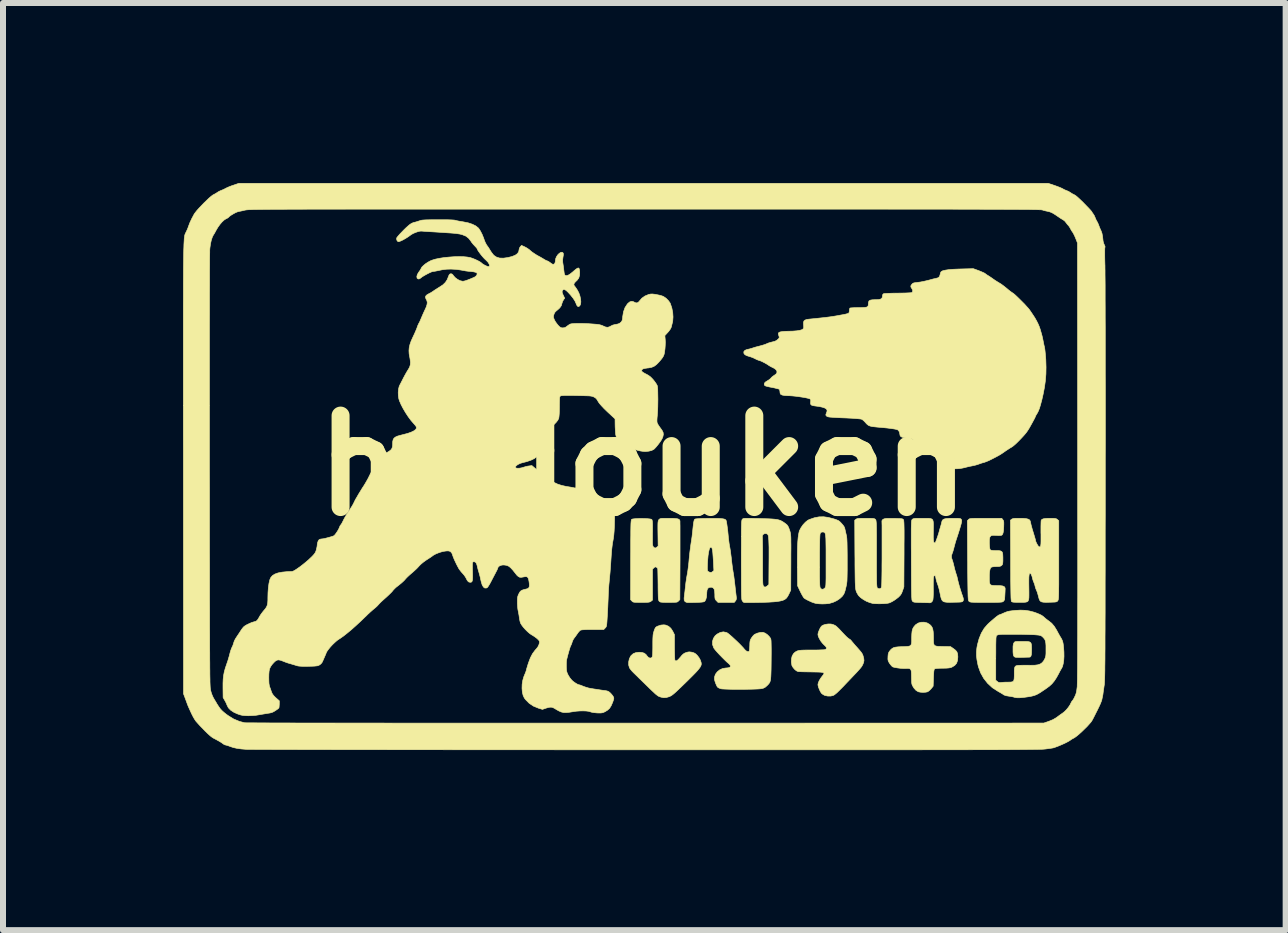
<source format=kicad_pcb>
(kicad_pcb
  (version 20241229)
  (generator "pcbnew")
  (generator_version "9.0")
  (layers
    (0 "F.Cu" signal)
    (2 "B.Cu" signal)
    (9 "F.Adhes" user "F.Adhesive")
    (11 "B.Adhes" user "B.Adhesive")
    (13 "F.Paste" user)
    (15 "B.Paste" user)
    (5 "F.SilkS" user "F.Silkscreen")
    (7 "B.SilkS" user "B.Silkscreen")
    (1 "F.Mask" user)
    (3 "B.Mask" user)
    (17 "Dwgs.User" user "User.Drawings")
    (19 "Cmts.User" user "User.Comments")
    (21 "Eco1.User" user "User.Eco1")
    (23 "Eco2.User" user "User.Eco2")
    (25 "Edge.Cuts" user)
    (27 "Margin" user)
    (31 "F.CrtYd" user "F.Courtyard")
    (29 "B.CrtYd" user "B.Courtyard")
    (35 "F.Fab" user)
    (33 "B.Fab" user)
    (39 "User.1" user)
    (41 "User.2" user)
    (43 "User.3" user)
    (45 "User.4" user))
  (footprint "hadouken"
    (layer "F.Cu")
    (at 7.669 4.71)
    (property "Reference" "hadouken" (at 0 0 0) (layer "F.SilkS") (effects (font (size 1.524 1.524) (thickness 0.3))))
    (attr through_hole)
    (fp_poly (pts (xy 6.371 2.929) (xy 6.412 2.931) (xy 6.439 2.937) (xy 6.457 2.95) (xy 6.466 2.97) (xy 6.47 3.002) (xy 6.471 3.046) (xy 6.471 3.063) (xy 6.47 3.115) (xy 6.467 3.151) (xy 6.46 3.174) (xy 6.449 3.187) (xy 6.432 3.191) (xy 6.43 3.191) (xy 6.416 3.191) (xy 6.388 3.192) (xy 6.35 3.193) (xy 6.315 3.194) (xy 6.273 3.195) (xy 6.235 3.194) (xy 6.207 3.193) (xy 6.195 3.19) (xy 6.181 3.182) (xy 6.171 3.166) (xy 6.165 3.141) (xy 6.162 3.104) (xy 6.162 3.058) (xy 6.162 3.013) (xy 6.166 2.982) (xy 6.172 2.961) (xy 6.177 2.952) (xy 6.184 2.943) (xy 6.191 2.936) (xy 6.203 2.932) (xy 6.222 2.93) (xy 6.252 2.929) (xy 6.296 2.929) (xy 6.314 2.929) (xy 6.371 2.929)) (stroke (width 0.01) (type solid)) (fill yes) (layer "F.SilkS"))
    (fp_poly (pts (xy 1.381 2.778) (xy 1.395 2.783) (xy 1.414 2.796) (xy 1.442 2.819) (xy 1.478 2.85) (xy 1.518 2.887) (xy 1.56 2.926) (xy 1.6 2.965) (xy 1.636 3.002) (xy 1.666 3.034) (xy 1.686 3.058) (xy 1.709 3.082) (xy 1.733 3.097) (xy 1.755 3.099) (xy 1.764 3.094) (xy 1.768 3.081) (xy 1.772 3.055) (xy 1.774 3.02) (xy 1.775 3) (xy 1.776 2.958) (xy 1.779 2.929) (xy 1.784 2.907) (xy 1.794 2.886) (xy 1.804 2.87) (xy 1.824 2.842) (xy 1.846 2.819) (xy 1.858 2.81) (xy 1.901 2.791) (xy 1.948 2.779) (xy 1.991 2.777) (xy 2.001 2.779) (xy 2.032 2.791) (xy 2.066 2.814) (xy 2.097 2.844) (xy 2.12 2.875) (xy 2.124 2.883) (xy 2.127 2.896) (xy 2.13 2.918) (xy 2.131 2.951) (xy 2.132 2.997) (xy 2.133 3.056) (xy 2.133 3.13) (xy 2.132 3.22) (xy 2.132 3.243) (xy 2.131 3.332) (xy 2.13 3.405) (xy 2.128 3.464) (xy 2.126 3.511) (xy 2.123 3.548) (xy 2.119 3.576) (xy 2.113 3.598) (xy 2.106 3.615) (xy 2.095 3.63) (xy 2.083 3.645) (xy 2.067 3.661) (xy 2.061 3.667) (xy 2.031 3.693) (xy 2.001 3.708) (xy 1.977 3.714) (xy 1.951 3.718) (xy 1.911 3.721) (xy 1.859 3.723) (xy 1.798 3.725) (xy 1.731 3.726) (xy 1.66 3.727) (xy 1.589 3.727) (xy 1.519 3.727) (xy 1.454 3.726) (xy 1.396 3.724) (xy 1.348 3.722) (xy 1.313 3.72) (xy 1.294 3.717) (xy 1.266 3.707) (xy 1.246 3.697) (xy 1.232 3.682) (xy 1.22 3.658) (xy 1.206 3.625) (xy 1.193 3.587) (xy 1.187 3.559) (xy 1.187 3.532) (xy 1.188 3.521) (xy 1.203 3.476) (xy 1.233 3.436) (xy 1.273 3.403) (xy 1.32 3.381) (xy 1.37 3.372) (xy 1.374 3.372) (xy 1.417 3.368) (xy 1.444 3.359) (xy 1.454 3.344) (xy 1.447 3.323) (xy 1.423 3.297) (xy 1.421 3.296) (xy 1.389 3.268) (xy 1.352 3.232) (xy 1.312 3.192) (xy 1.273 3.152) (xy 1.236 3.112) (xy 1.206 3.078) (xy 1.184 3.05) (xy 1.174 3.035) (xy 1.155 2.982) (xy 1.154 2.928) (xy 1.169 2.878) (xy 1.199 2.833) (xy 1.232 2.806) (xy 1.283 2.779) (xy 1.334 2.769) (xy 1.381 2.778)) (stroke (width 0.01) (type solid)) (fill yes) (layer "F.SilkS"))
    (fp_poly (pts (xy 0.378 2.657) (xy 0.423 2.677) (xy 0.46 2.71) (xy 0.492 2.759) (xy 0.494 2.764) (xy 0.52 2.816) (xy 0.52 3.024) (xy 0.521 3.084) (xy 0.522 3.138) (xy 0.523 3.184) (xy 0.525 3.218) (xy 0.527 3.239) (xy 0.528 3.243) (xy 0.541 3.254) (xy 0.559 3.25) (xy 0.584 3.23) (xy 0.615 3.195) (xy 0.618 3.192) (xy 0.645 3.159) (xy 0.668 3.138) (xy 0.689 3.124) (xy 0.715 3.114) (xy 0.746 3.105) (xy 0.772 3.103) (xy 0.802 3.107) (xy 0.812 3.109) (xy 0.845 3.119) (xy 0.871 3.134) (xy 0.897 3.158) (xy 0.901 3.163) (xy 0.929 3.199) (xy 0.951 3.239) (xy 0.964 3.278) (xy 0.967 3.3) (xy 0.966 3.317) (xy 0.96 3.335) (xy 0.949 3.356) (xy 0.931 3.381) (xy 0.907 3.411) (xy 0.873 3.448) (xy 0.829 3.493) (xy 0.775 3.547) (xy 0.71 3.611) (xy 0.648 3.671) (xy 0.598 3.719) (xy 0.558 3.757) (xy 0.526 3.786) (xy 0.5 3.808) (xy 0.479 3.824) (xy 0.462 3.835) (xy 0.446 3.843) (xy 0.436 3.848) (xy 0.385 3.863) (xy 0.341 3.866) (xy 0.296 3.857) (xy 0.274 3.85) (xy 0.264 3.846) (xy 0.255 3.842) (xy 0.245 3.836) (xy 0.233 3.827) (xy 0.218 3.816) (xy 0.199 3.8) (xy 0.176 3.778) (xy 0.146 3.75) (xy 0.109 3.715) (xy 0.064 3.671) (xy 0.01 3.618) (xy -0.055 3.555) (xy -0.131 3.48) (xy -0.16 3.452) (xy -0.188 3.423) (xy -0.212 3.394) (xy -0.228 3.371) (xy -0.23 3.367) (xy -0.243 3.322) (xy -0.243 3.27) (xy -0.232 3.219) (xy -0.21 3.174) (xy -0.201 3.163) (xy -0.166 3.132) (xy -0.122 3.115) (xy -0.069 3.109) (xy -0.019 3.113) (xy 0.018 3.125) (xy 0.046 3.147) (xy 0.059 3.165) (xy 0.083 3.192) (xy 0.108 3.206) (xy 0.132 3.204) (xy 0.143 3.196) (xy 0.148 3.189) (xy 0.152 3.177) (xy 0.155 3.159) (xy 0.157 3.131) (xy 0.158 3.092) (xy 0.159 3.038) (xy 0.159 2.998) (xy 0.159 2.935) (xy 0.16 2.886) (xy 0.162 2.849) (xy 0.164 2.82) (xy 0.168 2.796) (xy 0.174 2.774) (xy 0.18 2.754) (xy 0.192 2.721) (xy 0.203 2.7) (xy 0.216 2.687) (xy 0.234 2.677) (xy 0.238 2.675) (xy 0.295 2.656) (xy 0.345 2.652) (xy 0.378 2.657)) (stroke (width 0.01) (type solid)) (fill yes) (layer "F.SilkS"))
    (fp_poly (pts (xy 4.73 2.62) (xy 4.774 2.646) (xy 4.774 2.646) (xy 4.797 2.669) (xy 4.814 2.695) (xy 4.825 2.727) (xy 4.832 2.768) (xy 4.835 2.821) (xy 4.836 2.862) (xy 4.836 2.915) (xy 4.838 2.954) (xy 4.844 2.98) (xy 4.857 2.997) (xy 4.879 3.006) (xy 4.912 3.011) (xy 4.96 3.012) (xy 4.995 3.013) (xy 5.121 3.015) (xy 5.17 3.049) (xy 5.205 3.076) (xy 5.227 3.103) (xy 5.238 3.136) (xy 5.242 3.179) (xy 5.242 3.189) (xy 5.237 3.247) (xy 5.221 3.293) (xy 5.191 3.328) (xy 5.147 3.355) (xy 5.139 3.359) (xy 5.117 3.366) (xy 5.088 3.371) (xy 5.049 3.374) (xy 4.997 3.375) (xy 4.983 3.375) (xy 4.928 3.376) (xy 4.888 3.379) (xy 4.864 3.383) (xy 4.852 3.388) (xy 4.847 3.401) (xy 4.842 3.428) (xy 4.839 3.472) (xy 4.836 3.532) (xy 4.836 3.537) (xy 4.831 3.675) (xy 4.797 3.717) (xy 4.773 3.742) (xy 4.749 3.761) (xy 4.735 3.769) (xy 4.703 3.775) (xy 4.663 3.777) (xy 4.623 3.775) (xy 4.59 3.769) (xy 4.581 3.766) (xy 4.544 3.743) (xy 4.511 3.706) (xy 4.495 3.68) (xy 4.485 3.662) (xy 4.478 3.645) (xy 4.474 3.625) (xy 4.472 3.597) (xy 4.471 3.557) (xy 4.47 3.524) (xy 4.469 3.469) (xy 4.467 3.43) (xy 4.461 3.404) (xy 4.449 3.388) (xy 4.432 3.38) (xy 4.406 3.378) (xy 4.377 3.379) (xy 4.332 3.379) (xy 4.283 3.376) (xy 4.236 3.37) (xy 4.195 3.363) (xy 4.164 3.355) (xy 4.153 3.35) (xy 4.137 3.335) (xy 4.117 3.311) (xy 4.104 3.293) (xy 4.089 3.268) (xy 4.081 3.248) (xy 4.077 3.225) (xy 4.078 3.192) (xy 4.078 3.185) (xy 4.081 3.148) (xy 4.087 3.121) (xy 4.098 3.1) (xy 4.106 3.089) (xy 4.127 3.064) (xy 4.149 3.045) (xy 4.173 3.032) (xy 4.205 3.024) (xy 4.247 3.019) (xy 4.303 3.016) (xy 4.317 3.016) (xy 4.373 3.014) (xy 4.414 3.011) (xy 4.442 3.004) (xy 4.46 2.99) (xy 4.469 2.968) (xy 4.473 2.935) (xy 4.473 2.888) (xy 4.473 2.865) (xy 4.475 2.804) (xy 4.48 2.756) (xy 4.49 2.719) (xy 4.507 2.688) (xy 4.532 2.658) (xy 4.54 2.65) (xy 4.581 2.623) (xy 4.629 2.609) (xy 4.68 2.608) (xy 4.73 2.62)) (stroke (width 0.01) (type solid)) (fill yes) (layer "F.SilkS"))
    (fp_poly (pts (xy 3.12 2.638) (xy 3.135 2.64) (xy 3.162 2.647) (xy 3.186 2.657) (xy 3.209 2.67) (xy 3.233 2.691) (xy 3.263 2.72) (xy 3.3 2.76) (xy 3.313 2.774) (xy 3.347 2.81) (xy 3.378 2.842) (xy 3.405 2.867) (xy 3.424 2.882) (xy 3.429 2.885) (xy 3.453 2.901) (xy 3.469 2.919) (xy 3.481 2.934) (xy 3.502 2.959) (xy 3.529 2.991) (xy 3.561 3.026) (xy 3.567 3.033) (xy 3.603 3.074) (xy 3.629 3.105) (xy 3.647 3.131) (xy 3.658 3.154) (xy 3.664 3.172) (xy 3.675 3.215) (xy 3.678 3.248) (xy 3.672 3.279) (xy 3.661 3.307) (xy 3.653 3.322) (xy 3.646 3.337) (xy 3.636 3.352) (xy 3.622 3.37) (xy 3.604 3.391) (xy 3.579 3.419) (xy 3.546 3.455) (xy 3.503 3.5) (xy 3.45 3.556) (xy 3.445 3.561) (xy 3.382 3.627) (xy 3.33 3.682) (xy 3.287 3.725) (xy 3.253 3.759) (xy 3.226 3.785) (xy 3.204 3.803) (xy 3.187 3.817) (xy 3.173 3.825) (xy 3.166 3.829) (xy 3.124 3.839) (xy 3.075 3.839) (xy 3.027 3.829) (xy 3.024 3.828) (xy 2.996 3.813) (xy 2.971 3.794) (xy 2.968 3.79) (xy 2.951 3.763) (xy 2.934 3.727) (xy 2.92 3.69) (xy 2.912 3.658) (xy 2.911 3.647) (xy 2.917 3.618) (xy 2.933 3.581) (xy 2.958 3.54) (xy 2.98 3.51) (xy 2.997 3.489) (xy 3.008 3.472) (xy 3.011 3.46) (xy 3.005 3.451) (xy 2.987 3.445) (xy 2.958 3.441) (xy 2.915 3.439) (xy 2.856 3.438) (xy 2.802 3.437) (xy 2.742 3.436) (xy 2.687 3.435) (xy 2.64 3.434) (xy 2.605 3.432) (xy 2.583 3.431) (xy 2.578 3.43) (xy 2.552 3.418) (xy 2.523 3.394) (xy 2.498 3.365) (xy 2.48 3.336) (xy 2.477 3.328) (xy 2.468 3.273) (xy 2.47 3.22) (xy 2.481 3.172) (xy 2.503 3.134) (xy 2.511 3.125) (xy 2.529 3.109) (xy 2.548 3.096) (xy 2.57 3.086) (xy 2.597 3.079) (xy 2.632 3.075) (xy 2.677 3.073) (xy 2.735 3.072) (xy 2.808 3.072) (xy 2.809 3.072) (xy 2.869 3.072) (xy 2.924 3.071) (xy 2.971 3.069) (xy 3.006 3.068) (xy 3.028 3.065) (xy 3.033 3.064) (xy 3.051 3.051) (xy 3.053 3.032) (xy 3.037 3.008) (xy 3.014 2.987) (xy 2.986 2.958) (xy 2.958 2.922) (xy 2.935 2.883) (xy 2.918 2.846) (xy 2.911 2.816) (xy 2.911 2.814) (xy 2.915 2.786) (xy 2.928 2.751) (xy 2.944 2.715) (xy 2.962 2.685) (xy 2.974 2.671) (xy 3 2.656) (xy 3.038 2.644) (xy 3.08 2.638) (xy 3.12 2.638)) (stroke (width 0.01) (type solid)) (fill yes) (layer "F.SilkS"))
    (fp_poly (pts (xy 5.992 0.9) (xy 6.001 0.913) (xy 6.006 0.928) (xy 6.008 0.948) (xy 6.008 0.979) (xy 6.007 1.016) (xy 6.004 1.072) (xy 5.998 1.112) (xy 5.99 1.139) (xy 5.978 1.155) (xy 5.967 1.161) (xy 5.949 1.163) (xy 5.919 1.164) (xy 5.883 1.162) (xy 5.877 1.162) (xy 5.836 1.16) (xy 5.806 1.163) (xy 5.786 1.175) (xy 5.774 1.196) (xy 5.768 1.23) (xy 5.767 1.278) (xy 5.768 1.31) (xy 5.771 1.355) (xy 5.776 1.387) (xy 5.783 1.403) (xy 5.783 1.403) (xy 5.8 1.41) (xy 5.835 1.414) (xy 5.875 1.415) (xy 5.921 1.415) (xy 5.953 1.42) (xy 5.974 1.43) (xy 5.986 1.45) (xy 5.991 1.481) (xy 5.993 1.527) (xy 5.993 1.546) (xy 5.993 1.589) (xy 5.991 1.618) (xy 5.988 1.637) (xy 5.983 1.65) (xy 5.974 1.66) (xy 5.972 1.662) (xy 5.958 1.672) (xy 5.939 1.678) (xy 5.912 1.681) (xy 5.886 1.681) (xy 5.851 1.682) (xy 5.821 1.686) (xy 5.804 1.69) (xy 5.803 1.69) (xy 5.788 1.704) (xy 5.778 1.729) (xy 5.771 1.767) (xy 5.767 1.82) (xy 5.767 1.857) (xy 5.767 1.91) (xy 5.77 1.948) (xy 5.778 1.973) (xy 5.792 1.988) (xy 5.817 1.995) (xy 5.853 1.997) (xy 5.893 1.998) (xy 5.948 1.999) (xy 5.987 2.004) (xy 6.012 2.013) (xy 6.026 2.028) (xy 6.031 2.049) (xy 6.031 2.052) (xy 6.03 2.071) (xy 6.029 2.102) (xy 6.027 2.139) (xy 6.025 2.176) (xy 6.023 2.208) (xy 6.022 2.228) (xy 6.021 2.23) (xy 6.014 2.245) (xy 6.002 2.26) (xy 5.996 2.265) (xy 5.988 2.269) (xy 5.977 2.272) (xy 5.96 2.274) (xy 5.935 2.276) (xy 5.9 2.277) (xy 5.853 2.278) (xy 5.792 2.278) (xy 5.715 2.278) (xy 5.714 2.278) (xy 5.637 2.278) (xy 5.576 2.278) (xy 5.529 2.277) (xy 5.495 2.276) (xy 5.47 2.275) (xy 5.452 2.272) (xy 5.441 2.269) (xy 5.434 2.265) (xy 5.428 2.26) (xy 5.427 2.259) (xy 5.424 2.255) (xy 5.421 2.249) (xy 5.419 2.24) (xy 5.416 2.228) (xy 5.415 2.21) (xy 5.413 2.185) (xy 5.412 2.153) (xy 5.411 2.112) (xy 5.41 2.06) (xy 5.409 1.997) (xy 5.408 1.921) (xy 5.407 1.831) (xy 5.406 1.725) (xy 5.406 1.603) (xy 5.405 1.579) (xy 5.401 0.917) (xy 5.421 0.897) (xy 5.427 0.891) (xy 5.434 0.887) (xy 5.444 0.883) (xy 5.459 0.881) (xy 5.481 0.879) (xy 5.512 0.878) (xy 5.554 0.877) (xy 5.609 0.877) (xy 5.68 0.877) (xy 5.707 0.877) (xy 5.974 0.877) (xy 5.992 0.9)) (stroke (width 0.01) (type solid)) (fill yes) (layer "F.SilkS"))
    (fp_poly (pts (xy 0.42 0.877) (xy 0.484 0.877) (xy 0.531 0.88) (xy 0.566 0.884) (xy 0.589 0.891) (xy 0.603 0.901) (xy 0.61 0.915) (xy 0.611 0.917) (xy 0.612 0.929) (xy 0.612 0.957) (xy 0.613 1.001) (xy 0.613 1.058) (xy 0.613 1.128) (xy 0.613 1.208) (xy 0.613 1.297) (xy 0.613 1.394) (xy 0.613 1.497) (xy 0.613 1.584) (xy 0.61 2.232) (xy 0.588 2.255) (xy 0.579 2.263) (xy 0.57 2.27) (xy 0.557 2.274) (xy 0.538 2.276) (xy 0.509 2.277) (xy 0.468 2.278) (xy 0.425 2.278) (xy 0.371 2.278) (xy 0.332 2.277) (xy 0.305 2.275) (xy 0.288 2.273) (xy 0.277 2.268) (xy 0.269 2.262) (xy 0.266 2.259) (xy 0.261 2.252) (xy 0.257 2.243) (xy 0.254 2.23) (xy 0.251 2.21) (xy 0.25 2.182) (xy 0.249 2.143) (xy 0.248 2.091) (xy 0.247 2.025) (xy 0.247 1.982) (xy 0.246 1.915) (xy 0.245 1.854) (xy 0.244 1.8) (xy 0.243 1.758) (xy 0.242 1.728) (xy 0.241 1.713) (xy 0.241 1.712) (xy 0.229 1.699) (xy 0.217 1.691) (xy 0.202 1.686) (xy 0.188 1.693) (xy 0.176 1.703) (xy 0.154 1.726) (xy 0.154 2.24) (xy 0.13 2.259) (xy 0.119 2.266) (xy 0.107 2.271) (xy 0.089 2.275) (xy 0.063 2.277) (xy 0.025 2.278) (xy -0.027 2.278) (xy -0.031 2.278) (xy -0.084 2.278) (xy -0.122 2.277) (xy -0.147 2.276) (xy -0.164 2.273) (xy -0.176 2.268) (xy -0.184 2.261) (xy -0.19 2.255) (xy -0.211 2.233) (xy -0.21 1.571) (xy -0.209 1.445) (xy -0.209 1.335) (xy -0.209 1.241) (xy -0.208 1.162) (xy -0.208 1.096) (xy -0.207 1.041) (xy -0.206 0.998) (xy -0.205 0.964) (xy -0.203 0.938) (xy -0.201 0.92) (xy -0.199 0.907) (xy -0.197 0.9) (xy -0.194 0.895) (xy -0.194 0.895) (xy -0.179 0.889) (xy -0.15 0.885) (xy -0.11 0.882) (xy -0.063 0.88) (xy -0.014 0.88) (xy 0.034 0.881) (xy 0.078 0.884) (xy 0.113 0.888) (xy 0.136 0.893) (xy 0.141 0.896) (xy 0.146 0.903) (xy 0.149 0.913) (xy 0.152 0.93) (xy 0.154 0.954) (xy 0.155 0.989) (xy 0.155 1.037) (xy 0.155 1.1) (xy 0.154 1.124) (xy 0.154 1.192) (xy 0.154 1.243) (xy 0.154 1.282) (xy 0.155 1.309) (xy 0.158 1.328) (xy 0.161 1.34) (xy 0.165 1.348) (xy 0.171 1.355) (xy 0.171 1.355) (xy 0.189 1.37) (xy 0.204 1.372) (xy 0.224 1.36) (xy 0.227 1.357) (xy 0.248 1.34) (xy 0.245 1.127) (xy 0.244 1.053) (xy 0.244 0.995) (xy 0.245 0.952) (xy 0.25 0.92) (xy 0.26 0.899) (xy 0.276 0.886) (xy 0.299 0.879) (xy 0.332 0.877) (xy 0.374 0.877) (xy 0.42 0.877)) (stroke (width 0.01) (type solid)) (fill yes) (layer "F.SilkS"))
    (fp_poly (pts (xy 3.082 0.862) (xy 3.156 0.881) (xy 3.2 0.894) (xy 3.231 0.906) (xy 3.254 0.916) (xy 3.272 0.929) (xy 3.29 0.947) (xy 3.306 0.964) (xy 3.333 0.996) (xy 3.35 1.022) (xy 3.36 1.051) (xy 3.363 1.066) (xy 3.372 1.106) (xy 3.382 1.149) (xy 3.386 1.166) (xy 3.389 1.183) (xy 3.392 1.207) (xy 3.394 1.24) (xy 3.396 1.283) (xy 3.397 1.337) (xy 3.398 1.405) (xy 3.399 1.488) (xy 3.399 1.576) (xy 3.399 1.667) (xy 3.399 1.741) (xy 3.398 1.802) (xy 3.397 1.851) (xy 3.396 1.89) (xy 3.395 1.922) (xy 3.392 1.948) (xy 3.389 1.971) (xy 3.385 1.992) (xy 3.38 2.015) (xy 3.375 2.035) (xy 3.364 2.081) (xy 3.353 2.115) (xy 3.342 2.14) (xy 3.327 2.162) (xy 3.314 2.179) (xy 3.275 2.215) (xy 3.224 2.249) (xy 3.166 2.276) (xy 3.106 2.294) (xy 3.092 2.297) (xy 3.04 2.302) (xy 2.981 2.304) (xy 2.923 2.301) (xy 2.875 2.295) (xy 2.844 2.286) (xy 2.805 2.272) (xy 2.764 2.253) (xy 2.725 2.234) (xy 2.694 2.216) (xy 2.679 2.205) (xy 2.668 2.19) (xy 2.651 2.162) (xy 2.632 2.127) (xy 2.616 2.095) (xy 2.572 2.002) (xy 2.569 1.713) (xy 2.568 1.589) (xy 2.938 1.589) (xy 2.938 1.69) (xy 2.938 1.775) (xy 2.938 1.844) (xy 2.939 1.9) (xy 2.94 1.944) (xy 2.941 1.978) (xy 2.943 2.003) (xy 2.945 2.02) (xy 2.948 2.032) (xy 2.951 2.039) (xy 2.952 2.041) (xy 2.973 2.058) (xy 2.997 2.059) (xy 3.021 2.044) (xy 3.027 2.037) (xy 3.032 2.031) (xy 3.035 2.024) (xy 3.038 2.015) (xy 3.041 2.001) (xy 3.043 1.981) (xy 3.044 1.955) (xy 3.045 1.919) (xy 3.046 1.872) (xy 3.046 1.814) (xy 3.046 1.741) (xy 3.046 1.653) (xy 3.046 1.586) (xy 3.046 1.481) (xy 3.046 1.394) (xy 3.045 1.322) (xy 3.044 1.263) (xy 3.043 1.216) (xy 3.04 1.18) (xy 3.037 1.154) (xy 3.033 1.135) (xy 3.028 1.122) (xy 3.022 1.114) (xy 3.014 1.109) (xy 3.004 1.106) (xy 3.004 1.106) (xy 2.975 1.105) (xy 2.955 1.119) (xy 2.947 1.135) (xy 2.945 1.149) (xy 2.943 1.181) (xy 2.941 1.228) (xy 2.94 1.289) (xy 2.939 1.364) (xy 2.938 1.45) (xy 2.938 1.548) (xy 2.938 1.589) (xy 2.568 1.589) (xy 2.568 1.577) (xy 2.569 1.458) (xy 2.571 1.355) (xy 2.575 1.269) (xy 2.581 1.198) (xy 2.589 1.142) (xy 2.598 1.1) (xy 2.603 1.083) (xy 2.629 1.033) (xy 2.663 0.984) (xy 2.702 0.942) (xy 2.742 0.91) (xy 2.768 0.897) (xy 2.852 0.868) (xy 2.929 0.853) (xy 3.004 0.851) (xy 3.082 0.862)) (stroke (width 0.01) (type solid)) (fill yes) (layer "F.SilkS"))
    (fp_poly (pts (xy 1.79 0.877) (xy 1.848 0.879) (xy 1.921 0.88) (xy 2.01 0.883) (xy 2.083 0.885) (xy 2.142 0.888) (xy 2.189 0.892) (xy 2.228 0.897) (xy 2.258 0.904) (xy 2.284 0.912) (xy 2.306 0.923) (xy 2.328 0.936) (xy 2.342 0.945) (xy 2.375 0.969) (xy 2.398 0.989) (xy 2.413 1.011) (xy 2.426 1.039) (xy 2.44 1.078) (xy 2.441 1.08) (xy 2.445 1.094) (xy 2.449 1.108) (xy 2.452 1.123) (xy 2.455 1.14) (xy 2.457 1.161) (xy 2.459 1.188) (xy 2.46 1.223) (xy 2.46 1.267) (xy 2.461 1.321) (xy 2.461 1.388) (xy 2.46 1.47) (xy 2.46 1.567) (xy 2.46 1.609) (xy 2.458 2.074) (xy 2.427 2.14) (xy 2.407 2.178) (xy 2.386 2.207) (xy 2.36 2.228) (xy 2.326 2.244) (xy 2.282 2.255) (xy 2.226 2.264) (xy 2.174 2.269) (xy 2.14 2.271) (xy 2.094 2.274) (xy 2.04 2.276) (xy 1.981 2.278) (xy 1.92 2.279) (xy 1.859 2.28) (xy 1.802 2.281) (xy 1.753 2.281) (xy 1.713 2.281) (xy 1.686 2.28) (xy 1.678 2.279) (xy 1.664 2.27) (xy 1.65 2.251) (xy 1.649 2.249) (xy 1.646 2.242) (xy 1.643 2.232) (xy 1.641 2.217) (xy 1.64 2.197) (xy 1.638 2.17) (xy 1.637 2.135) (xy 1.636 2.091) (xy 1.636 2.035) (xy 1.635 1.968) (xy 1.635 1.888) (xy 1.635 1.793) (xy 1.634 1.683) (xy 1.634 1.566) (xy 1.634 1.442) (xy 1.635 1.334) (xy 1.635 1.241) (xy 1.635 1.171) (xy 1.984 1.171) (xy 1.984 1.184) (xy 1.985 1.195) (xy 1.986 1.222) (xy 1.987 1.263) (xy 1.988 1.317) (xy 1.989 1.381) (xy 1.989 1.454) (xy 1.989 1.534) (xy 1.989 1.588) (xy 1.989 1.684) (xy 1.989 1.764) (xy 1.989 1.829) (xy 1.99 1.881) (xy 1.991 1.921) (xy 1.992 1.951) (xy 1.994 1.973) (xy 1.996 1.988) (xy 1.999 1.998) (xy 2.002 2.003) (xy 2.018 2.021) (xy 2.037 2.022) (xy 2.06 2.009) (xy 2.067 2.003) (xy 2.093 1.981) (xy 2.095 1.644) (xy 2.096 1.533) (xy 2.096 1.439) (xy 2.096 1.361) (xy 2.094 1.297) (xy 2.092 1.246) (xy 2.089 1.207) (xy 2.086 1.178) (xy 2.081 1.158) (xy 2.075 1.146) (xy 2.073 1.143) (xy 2.049 1.131) (xy 2.022 1.132) (xy 1.998 1.145) (xy 1.993 1.152) (xy 1.984 1.171) (xy 1.635 1.171) (xy 1.635 1.163) (xy 1.635 1.098) (xy 1.636 1.045) (xy 1.637 1.002) (xy 1.638 0.969) (xy 1.639 0.944) (xy 1.641 0.925) (xy 1.643 0.912) (xy 1.645 0.903) (xy 1.648 0.897) (xy 1.651 0.893) (xy 1.657 0.887) (xy 1.663 0.883) (xy 1.673 0.88) (xy 1.689 0.878) (xy 1.712 0.877) (xy 1.745 0.877) (xy 1.79 0.877)) (stroke (width 0.01) (type solid)) (fill yes) (layer "F.SilkS"))
    (fp_poly (pts (xy 3.762 0.877) (xy 3.801 0.878) (xy 3.828 0.879) (xy 3.846 0.882) (xy 3.858 0.887) (xy 3.867 0.893) (xy 3.869 0.895) (xy 3.872 0.899) (xy 3.876 0.904) (xy 3.878 0.912) (xy 3.88 0.924) (xy 3.882 0.941) (xy 3.884 0.965) (xy 3.885 0.997) (xy 3.886 1.039) (xy 3.886 1.091) (xy 3.887 1.155) (xy 3.887 1.233) (xy 3.887 1.326) (xy 3.887 1.435) (xy 3.887 1.468) (xy 3.887 1.583) (xy 3.887 1.682) (xy 3.887 1.765) (xy 3.888 1.834) (xy 3.888 1.89) (xy 3.889 1.934) (xy 3.89 1.969) (xy 3.892 1.995) (xy 3.894 2.014) (xy 3.896 2.026) (xy 3.898 2.034) (xy 3.901 2.038) (xy 3.92 2.049) (xy 3.932 2.052) (xy 3.952 2.046) (xy 3.963 2.038) (xy 3.966 2.033) (xy 3.969 2.025) (xy 3.971 2.011) (xy 3.973 1.991) (xy 3.974 1.964) (xy 3.975 1.927) (xy 3.976 1.879) (xy 3.977 1.819) (xy 3.978 1.746) (xy 3.978 1.658) (xy 3.979 1.554) (xy 3.979 1.516) (xy 3.979 1.42) (xy 3.979 1.328) (xy 3.979 1.242) (xy 3.979 1.164) (xy 3.979 1.095) (xy 3.979 1.038) (xy 3.979 0.995) (xy 3.978 0.966) (xy 3.978 0.957) (xy 3.977 0.927) (xy 3.98 0.91) (xy 3.989 0.9) (xy 4.004 0.89) (xy 4.018 0.885) (xy 4.036 0.881) (xy 4.062 0.878) (xy 4.098 0.878) (xy 4.147 0.878) (xy 4.178 0.878) (xy 4.232 0.88) (xy 4.272 0.881) (xy 4.299 0.883) (xy 4.316 0.886) (xy 4.327 0.891) (xy 4.334 0.897) (xy 4.335 0.899) (xy 4.338 0.905) (xy 4.341 0.915) (xy 4.342 0.931) (xy 4.344 0.953) (xy 4.345 0.984) (xy 4.346 1.025) (xy 4.347 1.076) (xy 4.347 1.14) (xy 4.347 1.217) (xy 4.346 1.309) (xy 4.346 1.417) (xy 4.346 1.469) (xy 4.343 2.02) (xy 4.321 2.084) (xy 4.306 2.124) (xy 4.288 2.154) (xy 4.262 2.182) (xy 4.254 2.19) (xy 4.22 2.217) (xy 4.18 2.245) (xy 4.148 2.264) (xy 4.122 2.277) (xy 4.099 2.287) (xy 4.076 2.292) (xy 4.047 2.296) (xy 4.007 2.299) (xy 3.981 2.3) (xy 3.933 2.301) (xy 3.887 2.3) (xy 3.848 2.298) (xy 3.826 2.296) (xy 3.773 2.281) (xy 3.718 2.259) (xy 3.667 2.23) (xy 3.622 2.198) (xy 3.589 2.166) (xy 3.579 2.151) (xy 3.57 2.135) (xy 3.561 2.12) (xy 3.554 2.105) (xy 3.548 2.09) (xy 3.543 2.071) (xy 3.539 2.049) (xy 3.536 2.021) (xy 3.534 1.986) (xy 3.532 1.942) (xy 3.531 1.889) (xy 3.53 1.824) (xy 3.529 1.746) (xy 3.528 1.654) (xy 3.528 1.546) (xy 3.527 1.478) (xy 3.524 0.909) (xy 3.544 0.893) (xy 3.554 0.887) (xy 3.567 0.882) (xy 3.588 0.879) (xy 3.619 0.878) (xy 3.662 0.877) (xy 3.707 0.877) (xy 3.762 0.877)) (stroke (width 0.01) (type solid)) (fill yes) (layer "F.SilkS"))
    (fp_poly (pts (xy 6.823 0.877) (xy 6.853 0.879) (xy 6.874 0.882) (xy 6.888 0.887) (xy 6.9 0.896) (xy 6.901 0.897) (xy 6.924 0.917) (xy 6.924 1.573) (xy 6.924 1.697) (xy 6.924 1.805) (xy 6.924 1.898) (xy 6.924 1.976) (xy 6.923 2.041) (xy 6.923 2.094) (xy 6.922 2.137) (xy 6.921 2.171) (xy 6.92 2.196) (xy 6.918 2.215) (xy 6.916 2.229) (xy 6.914 2.238) (xy 6.911 2.245) (xy 6.908 2.25) (xy 6.907 2.251) (xy 6.9 2.26) (xy 6.891 2.266) (xy 6.878 2.27) (xy 6.857 2.273) (xy 6.826 2.274) (xy 6.78 2.276) (xy 6.766 2.276) (xy 6.709 2.277) (xy 6.667 2.275) (xy 6.637 2.269) (xy 6.617 2.257) (xy 6.604 2.239) (xy 6.594 2.211) (xy 6.585 2.176) (xy 6.575 2.139) (xy 6.564 2.103) (xy 6.554 2.08) (xy 6.541 2.048) (xy 6.531 2.014) (xy 6.53 2.011) (xy 6.522 1.978) (xy 6.509 1.945) (xy 6.508 1.943) (xy 6.496 1.912) (xy 6.486 1.878) (xy 6.486 1.876) (xy 6.478 1.844) (xy 6.467 1.816) (xy 6.455 1.796) (xy 6.445 1.79) (xy 6.438 1.793) (xy 6.433 1.805) (xy 6.429 1.826) (xy 6.426 1.858) (xy 6.425 1.904) (xy 6.425 1.964) (xy 6.426 2.032) (xy 6.427 2.105) (xy 6.427 2.162) (xy 6.426 2.204) (xy 6.421 2.235) (xy 6.412 2.256) (xy 6.397 2.268) (xy 6.375 2.274) (xy 6.345 2.277) (xy 6.306 2.277) (xy 6.274 2.277) (xy 6.223 2.277) (xy 6.187 2.276) (xy 6.162 2.274) (xy 6.147 2.27) (xy 6.138 2.265) (xy 6.136 2.263) (xy 6.134 2.257) (xy 6.132 2.246) (xy 6.13 2.227) (xy 6.128 2.201) (xy 6.127 2.165) (xy 6.126 2.12) (xy 6.125 2.062) (xy 6.124 1.992) (xy 6.123 1.909) (xy 6.123 1.81) (xy 6.122 1.696) (xy 6.122 1.578) (xy 6.119 0.908) (xy 6.138 0.893) (xy 6.15 0.886) (xy 6.166 0.881) (xy 6.19 0.878) (xy 6.226 0.877) (xy 6.27 0.877) (xy 6.333 0.878) (xy 6.379 0.882) (xy 6.412 0.89) (xy 6.434 0.901) (xy 6.446 0.917) (xy 6.45 0.928) (xy 6.463 0.987) (xy 6.482 1.057) (xy 6.505 1.132) (xy 6.509 1.145) (xy 6.52 1.182) (xy 6.529 1.213) (xy 6.535 1.234) (xy 6.535 1.24) (xy 6.54 1.259) (xy 6.551 1.286) (xy 6.566 1.314) (xy 6.581 1.337) (xy 6.593 1.35) (xy 6.595 1.35) (xy 6.605 1.353) (xy 6.614 1.351) (xy 6.62 1.343) (xy 6.624 1.325) (xy 6.627 1.298) (xy 6.628 1.258) (xy 6.628 1.204) (xy 6.628 1.134) (xy 6.627 1.127) (xy 6.627 1.067) (xy 6.627 1.013) (xy 6.628 0.967) (xy 6.629 0.933) (xy 6.631 0.912) (xy 6.632 0.908) (xy 6.646 0.894) (xy 6.669 0.885) (xy 6.702 0.88) (xy 6.749 0.877) (xy 6.778 0.877) (xy 6.823 0.877)) (stroke (width 0.01) (type solid)) (fill yes) (layer "F.SilkS"))
    (fp_poly (pts (xy 1.231 0.878) (xy 1.281 0.88) (xy 1.319 0.884) (xy 1.347 0.889) (xy 1.365 0.896) (xy 1.377 0.906) (xy 1.382 0.916) (xy 1.387 0.937) (xy 1.393 0.974) (xy 1.4 1.024) (xy 1.408 1.086) (xy 1.415 1.157) (xy 1.419 1.201) (xy 1.425 1.249) (xy 1.431 1.297) (xy 1.438 1.339) (xy 1.442 1.359) (xy 1.447 1.388) (xy 1.454 1.431) (xy 1.46 1.481) (xy 1.467 1.535) (xy 1.469 1.555) (xy 1.475 1.61) (xy 1.482 1.665) (xy 1.488 1.714) (xy 1.495 1.753) (xy 1.496 1.763) (xy 1.502 1.795) (xy 1.509 1.84) (xy 1.516 1.894) (xy 1.523 1.952) (xy 1.528 1.993) (xy 1.534 2.048) (xy 1.54 2.1) (xy 1.545 2.143) (xy 1.549 2.176) (xy 1.551 2.192) (xy 1.552 2.221) (xy 1.544 2.243) (xy 1.537 2.253) (xy 1.517 2.278) (xy 1.246 2.278) (xy 1.22 2.251) (xy 1.207 2.237) (xy 1.199 2.224) (xy 1.195 2.205) (xy 1.193 2.177) (xy 1.193 2.149) (xy 1.19 2.096) (xy 1.182 2.059) (xy 1.166 2.037) (xy 1.142 2.026) (xy 1.127 2.025) (xy 1.096 2.03) (xy 1.075 2.046) (xy 1.063 2.074) (xy 1.058 2.118) (xy 1.058 2.13) (xy 1.054 2.186) (xy 1.043 2.229) (xy 1.027 2.257) (xy 1.019 2.264) (xy 1.002 2.27) (xy 0.972 2.274) (xy 0.928 2.277) (xy 0.871 2.279) (xy 0.824 2.28) (xy 0.782 2.281) (xy 0.749 2.28) (xy 0.73 2.28) (xy 0.727 2.279) (xy 0.698 2.267) (xy 0.683 2.244) (xy 0.681 2.208) (xy 0.681 2.206) (xy 0.684 2.181) (xy 0.688 2.143) (xy 0.694 2.098) (xy 0.699 2.049) (xy 0.7 2.046) (xy 0.706 1.989) (xy 0.711 1.945) (xy 0.717 1.908) (xy 0.722 1.872) (xy 0.729 1.833) (xy 0.737 1.79) (xy 0.742 1.757) (xy 0.748 1.712) (xy 0.749 1.704) (xy 1.068 1.704) (xy 1.068 1.729) (xy 1.07 1.745) (xy 1.073 1.755) (xy 1.08 1.762) (xy 1.086 1.766) (xy 1.114 1.779) (xy 1.14 1.776) (xy 1.157 1.764) (xy 1.177 1.748) (xy 1.168 1.577) (xy 1.163 1.505) (xy 1.159 1.45) (xy 1.154 1.41) (xy 1.148 1.382) (xy 1.141 1.365) (xy 1.132 1.358) (xy 1.123 1.358) (xy 1.11 1.369) (xy 1.099 1.397) (xy 1.089 1.441) (xy 1.08 1.499) (xy 1.074 1.57) (xy 1.071 1.615) (xy 1.069 1.667) (xy 1.068 1.704) (xy 0.749 1.704) (xy 0.755 1.658) (xy 0.761 1.6) (xy 0.764 1.564) (xy 0.77 1.502) (xy 0.777 1.437) (xy 0.785 1.376) (xy 0.792 1.323) (xy 0.795 1.302) (xy 0.804 1.245) (xy 0.813 1.182) (xy 0.82 1.12) (xy 0.823 1.094) (xy 0.83 1.026) (xy 0.836 0.974) (xy 0.842 0.936) (xy 0.848 0.911) (xy 0.855 0.896) (xy 0.858 0.892) (xy 0.868 0.888) (xy 0.892 0.885) (xy 0.931 0.882) (xy 0.984 0.88) (xy 1.055 0.879) (xy 1.085 0.879) (xy 1.166 0.878) (xy 1.231 0.878)) (stroke (width 0.01) (type solid)) (fill yes) (layer "F.SilkS"))
    (fp_poly (pts (xy 6.361 2.41) (xy 6.434 2.421) (xy 6.508 2.44) (xy 6.551 2.455) (xy 6.6 2.475) (xy 6.637 2.493) (xy 6.667 2.514) (xy 6.68 2.526) (xy 6.71 2.552) (xy 6.741 2.576) (xy 6.758 2.588) (xy 6.806 2.626) (xy 6.85 2.678) (xy 6.888 2.74) (xy 6.89 2.743) (xy 6.909 2.779) (xy 6.932 2.821) (xy 6.955 2.861) (xy 6.956 2.861) (xy 6.972 2.889) (xy 6.983 2.913) (xy 6.991 2.937) (xy 6.997 2.966) (xy 7.002 3.005) (xy 7.005 3.033) (xy 7.01 3.106) (xy 7.011 3.177) (xy 7.007 3.243) (xy 6.998 3.301) (xy 6.986 3.347) (xy 6.974 3.372) (xy 6.959 3.397) (xy 6.94 3.431) (xy 6.924 3.463) (xy 6.886 3.532) (xy 6.85 3.587) (xy 6.812 3.633) (xy 6.769 3.673) (xy 6.719 3.71) (xy 6.663 3.748) (xy 6.619 3.778) (xy 6.582 3.8) (xy 6.551 3.816) (xy 6.522 3.827) (xy 6.492 3.836) (xy 6.457 3.844) (xy 6.422 3.85) (xy 6.344 3.861) (xy 6.278 3.867) (xy 6.226 3.867) (xy 6.188 3.861) (xy 6.183 3.859) (xy 6.163 3.853) (xy 6.132 3.847) (xy 6.095 3.841) (xy 6.093 3.841) (xy 6.045 3.833) (xy 6.012 3.821) (xy 6.002 3.815) (xy 5.984 3.802) (xy 5.955 3.785) (xy 5.92 3.765) (xy 5.908 3.758) (xy 5.818 3.7) (xy 5.74 3.628) (xy 5.698 3.575) (xy 5.874 3.575) (xy 5.899 3.596) (xy 5.917 3.609) (xy 5.936 3.614) (xy 5.963 3.613) (xy 5.97 3.612) (xy 6.003 3.609) (xy 6.044 3.607) (xy 6.085 3.607) (xy 6.123 3.606) (xy 6.149 3.602) (xy 6.166 3.593) (xy 6.176 3.576) (xy 6.181 3.547) (xy 6.183 3.505) (xy 6.183 3.471) (xy 6.183 3.418) (xy 6.186 3.379) (xy 6.193 3.354) (xy 6.207 3.338) (xy 6.229 3.33) (xy 6.262 3.327) (xy 6.296 3.326) (xy 6.346 3.325) (xy 6.404 3.325) (xy 6.455 3.326) (xy 6.458 3.326) (xy 6.525 3.325) (xy 6.577 3.318) (xy 6.617 3.304) (xy 6.648 3.282) (xy 6.674 3.25) (xy 6.691 3.219) (xy 6.699 3.2) (xy 6.705 3.181) (xy 6.709 3.158) (xy 6.711 3.127) (xy 6.711 3.084) (xy 6.711 3.055) (xy 6.711 2.998) (xy 6.708 2.956) (xy 6.702 2.924) (xy 6.693 2.899) (xy 6.678 2.878) (xy 6.658 2.856) (xy 6.654 2.853) (xy 6.638 2.839) (xy 6.619 2.83) (xy 6.593 2.824) (xy 6.554 2.82) (xy 6.515 2.817) (xy 6.461 2.815) (xy 6.392 2.813) (xy 6.311 2.811) (xy 6.221 2.81) (xy 6.123 2.81) (xy 6.028 2.81) (xy 5.978 2.811) (xy 5.943 2.813) (xy 5.92 2.816) (xy 5.904 2.821) (xy 5.894 2.827) (xy 5.889 2.831) (xy 5.885 2.837) (xy 5.882 2.845) (xy 5.88 2.857) (xy 5.878 2.876) (xy 5.877 2.903) (xy 5.876 2.939) (xy 5.875 2.986) (xy 5.875 3.047) (xy 5.875 3.122) (xy 5.874 3.209) (xy 5.874 3.575) (xy 5.698 3.575) (xy 5.674 3.545) (xy 5.622 3.452) (xy 5.585 3.351) (xy 5.576 3.313) (xy 5.561 3.235) (xy 5.553 3.167) (xy 5.553 3.104) (xy 5.559 3.039) (xy 5.568 2.988) (xy 5.596 2.884) (xy 5.634 2.79) (xy 5.682 2.71) (xy 5.738 2.645) (xy 5.773 2.612) (xy 5.811 2.579) (xy 5.848 2.547) (xy 5.881 2.52) (xy 5.908 2.5) (xy 5.926 2.488) (xy 5.932 2.486) (xy 5.944 2.482) (xy 5.968 2.473) (xy 5.999 2.459) (xy 6.011 2.454) (xy 6.044 2.44) (xy 6.073 2.43) (xy 6.105 2.423) (xy 6.144 2.418) (xy 6.196 2.412) (xy 6.196 2.412) (xy 6.284 2.407) (xy 6.361 2.41)) (stroke (width 0.01) (type solid)) (fill yes) (layer "F.SilkS"))
    (fp_poly (pts (xy 4.755 0.877) (xy 4.788 0.881) (xy 4.811 0.89) (xy 4.825 0.906) (xy 4.832 0.932) (xy 4.835 0.97) (xy 4.835 1.021) (xy 4.834 1.088) (xy 4.833 1.151) (xy 4.833 1.199) (xy 4.835 1.233) (xy 4.837 1.257) (xy 4.84 1.271) (xy 4.844 1.278) (xy 4.857 1.287) (xy 4.864 1.286) (xy 4.871 1.274) (xy 4.881 1.248) (xy 4.894 1.213) (xy 4.908 1.173) (xy 4.921 1.133) (xy 4.932 1.095) (xy 4.932 1.094) (xy 4.942 1.057) (xy 4.953 1.019) (xy 4.958 1.003) (xy 4.967 0.971) (xy 4.974 0.94) (xy 4.976 0.932) (xy 4.983 0.913) (xy 4.996 0.898) (xy 5.017 0.888) (xy 5.049 0.881) (xy 5.095 0.878) (xy 5.155 0.877) (xy 5.165 0.877) (xy 5.215 0.877) (xy 5.249 0.878) (xy 5.272 0.88) (xy 5.286 0.883) (xy 5.294 0.889) (xy 5.3 0.897) (xy 5.301 0.897) (xy 5.305 0.905) (xy 5.306 0.916) (xy 5.305 0.932) (xy 5.301 0.955) (xy 5.293 0.986) (xy 5.281 1.027) (xy 5.265 1.08) (xy 5.244 1.146) (xy 5.217 1.228) (xy 5.215 1.234) (xy 5.201 1.279) (xy 5.188 1.327) (xy 5.177 1.369) (xy 5.175 1.378) (xy 5.165 1.413) (xy 5.155 1.445) (xy 5.147 1.465) (xy 5.136 1.5) (xy 5.138 1.538) (xy 5.149 1.569) (xy 5.157 1.593) (xy 5.167 1.629) (xy 5.177 1.67) (xy 5.18 1.682) (xy 5.19 1.725) (xy 5.202 1.766) (xy 5.212 1.799) (xy 5.214 1.805) (xy 5.226 1.841) (xy 5.235 1.878) (xy 5.237 1.889) (xy 5.244 1.919) (xy 5.255 1.962) (xy 5.269 2.014) (xy 5.287 2.071) (xy 5.305 2.128) (xy 5.32 2.17) (xy 5.331 2.204) (xy 5.335 2.226) (xy 5.334 2.243) (xy 5.33 2.252) (xy 5.325 2.26) (xy 5.319 2.265) (xy 5.308 2.269) (xy 5.291 2.272) (xy 5.263 2.274) (xy 5.222 2.275) (xy 5.171 2.276) (xy 5.107 2.277) (xy 5.058 2.276) (xy 5.022 2.271) (xy 4.997 2.261) (xy 4.979 2.243) (xy 4.966 2.216) (xy 4.956 2.179) (xy 4.946 2.129) (xy 4.944 2.118) (xy 4.934 2.072) (xy 4.922 2.026) (xy 4.91 1.988) (xy 4.904 1.971) (xy 4.891 1.935) (xy 4.881 1.897) (xy 4.877 1.878) (xy 4.871 1.846) (xy 4.863 1.832) (xy 4.852 1.833) (xy 4.844 1.841) (xy 4.839 1.85) (xy 4.836 1.868) (xy 4.834 1.895) (xy 4.833 1.934) (xy 4.833 1.988) (xy 4.833 2.033) (xy 4.834 2.097) (xy 4.833 2.153) (xy 4.831 2.197) (xy 4.828 2.228) (xy 4.826 2.24) (xy 4.811 2.267) (xy 4.789 2.283) (xy 4.771 2.285) (xy 4.758 2.284) (xy 4.731 2.283) (xy 4.692 2.282) (xy 4.647 2.281) (xy 4.631 2.28) (xy 4.58 2.279) (xy 4.544 2.277) (xy 4.52 2.275) (xy 4.504 2.271) (xy 4.494 2.265) (xy 4.487 2.259) (xy 4.484 2.254) (xy 4.481 2.249) (xy 4.478 2.24) (xy 4.476 2.227) (xy 4.475 2.209) (xy 4.473 2.184) (xy 4.472 2.152) (xy 4.471 2.11) (xy 4.47 2.058) (xy 4.469 1.994) (xy 4.469 1.918) (xy 4.468 1.827) (xy 4.468 1.721) (xy 4.467 1.599) (xy 4.467 1.577) (xy 4.467 1.452) (xy 4.466 1.343) (xy 4.466 1.25) (xy 4.466 1.172) (xy 4.466 1.106) (xy 4.466 1.053) (xy 4.467 1.01) (xy 4.468 0.976) (xy 4.469 0.95) (xy 4.47 0.931) (xy 4.472 0.918) (xy 4.474 0.909) (xy 4.477 0.902) (xy 4.48 0.898) (xy 4.483 0.895) (xy 4.491 0.888) (xy 4.501 0.884) (xy 4.517 0.88) (xy 4.54 0.878) (xy 4.574 0.877) (xy 4.622 0.877) (xy 4.651 0.877) (xy 4.71 0.877) (xy 4.755 0.877)) (stroke (width 0.01) (type solid)) (fill yes) (layer "F.SilkS"))
    (fp_poly (pts (xy 5.591 -3.25) (xy 5.63 -3.234) (xy 5.665 -3.219) (xy 5.69 -3.207) (xy 5.699 -3.2) (xy 5.72 -3.184) (xy 5.744 -3.169) (xy 5.765 -3.156) (xy 5.795 -3.136) (xy 5.826 -3.114) (xy 5.826 -3.114) (xy 5.862 -3.089) (xy 5.903 -3.063) (xy 5.933 -3.045) (xy 5.964 -3.026) (xy 6.002 -2.998) (xy 6.04 -2.968) (xy 6.056 -2.955) (xy 6.089 -2.927) (xy 6.12 -2.903) (xy 6.144 -2.886) (xy 6.153 -2.88) (xy 6.171 -2.868) (xy 6.199 -2.844) (xy 6.233 -2.812) (xy 6.271 -2.775) (xy 6.311 -2.735) (xy 6.351 -2.695) (xy 6.386 -2.656) (xy 6.416 -2.623) (xy 6.437 -2.597) (xy 6.439 -2.594) (xy 6.486 -2.525) (xy 6.524 -2.467) (xy 6.553 -2.416) (xy 6.577 -2.369) (xy 6.597 -2.323) (xy 6.614 -2.275) (xy 6.617 -2.264) (xy 6.631 -2.216) (xy 6.645 -2.166) (xy 6.655 -2.122) (xy 6.661 -2.093) (xy 6.669 -2.052) (xy 6.678 -2.008) (xy 6.685 -1.98) (xy 6.69 -1.954) (xy 6.695 -1.915) (xy 6.7 -1.865) (xy 6.705 -1.81) (xy 6.708 -1.767) (xy 6.712 -1.642) (xy 6.71 -1.528) (xy 6.701 -1.416) (xy 6.685 -1.302) (xy 6.663 -1.189) (xy 6.642 -1.097) (xy 6.622 -1.022) (xy 6.604 -0.961) (xy 6.585 -0.912) (xy 6.566 -0.875) (xy 6.559 -0.864) (xy 6.545 -0.841) (xy 6.536 -0.824) (xy 6.535 -0.82) (xy 6.531 -0.809) (xy 6.52 -0.786) (xy 6.502 -0.753) (xy 6.48 -0.712) (xy 6.465 -0.685) (xy 6.44 -0.64) (xy 6.418 -0.603) (xy 6.396 -0.57) (xy 6.372 -0.538) (xy 6.343 -0.504) (xy 6.308 -0.466) (xy 6.264 -0.42) (xy 6.225 -0.381) (xy 6.195 -0.353) (xy 6.164 -0.327) (xy 6.138 -0.309) (xy 6.133 -0.306) (xy 6.109 -0.292) (xy 6.077 -0.271) (xy 6.04 -0.247) (xy 6.025 -0.236) (xy 5.989 -0.211) (xy 5.954 -0.188) (xy 5.925 -0.171) (xy 5.916 -0.166) (xy 5.892 -0.153) (xy 5.858 -0.135) (xy 5.819 -0.115) (xy 5.799 -0.105) (xy 5.759 -0.085) (xy 5.72 -0.069) (xy 5.688 -0.057) (xy 5.677 -0.054) (xy 5.641 -0.044) (xy 5.604 -0.031) (xy 5.595 -0.028) (xy 5.567 -0.018) (xy 5.528 -0.007) (xy 5.486 0.002) (xy 5.478 0.004) (xy 5.435 0.012) (xy 5.394 0.022) (xy 5.36 0.031) (xy 5.356 0.032) (xy 5.32 0.04) (xy 5.279 0.047) (xy 5.237 0.051) (xy 5.198 0.052) (xy 5.167 0.051) (xy 5.148 0.046) (xy 5.146 0.044) (xy 5.135 0.023) (xy 5.14 -0.004) (xy 5.159 -0.04) (xy 5.162 -0.044) (xy 5.18 -0.073) (xy 5.189 -0.096) (xy 5.188 -0.113) (xy 5.176 -0.125) (xy 5.15 -0.133) (xy 5.11 -0.138) (xy 5.054 -0.14) (xy 5.01 -0.141) (xy 4.95 -0.143) (xy 4.906 -0.145) (xy 4.876 -0.148) (xy 4.857 -0.152) (xy 4.847 -0.157) (xy 4.847 -0.157) (xy 4.839 -0.172) (xy 4.832 -0.199) (xy 4.828 -0.225) (xy 4.821 -0.26) (xy 4.812 -0.287) (xy 4.805 -0.297) (xy 4.78 -0.314) (xy 4.741 -0.326) (xy 4.692 -0.333) (xy 4.655 -0.334) (xy 4.614 -0.336) (xy 4.586 -0.344) (xy 4.564 -0.359) (xy 4.544 -0.386) (xy 4.542 -0.389) (xy 4.522 -0.416) (xy 4.5 -0.435) (xy 4.473 -0.448) (xy 4.435 -0.456) (xy 4.393 -0.461) (xy 4.343 -0.467) (xy 4.309 -0.476) (xy 4.288 -0.489) (xy 4.278 -0.508) (xy 4.276 -0.526) (xy 4.268 -0.564) (xy 4.247 -0.592) (xy 4.237 -0.598) (xy 4.217 -0.605) (xy 4.181 -0.612) (xy 4.132 -0.619) (xy 4.071 -0.627) (xy 4 -0.634) (xy 3.922 -0.641) (xy 3.918 -0.641) (xy 3.859 -0.647) (xy 3.815 -0.652) (xy 3.782 -0.66) (xy 3.756 -0.67) (xy 3.736 -0.684) (xy 3.716 -0.703) (xy 3.707 -0.714) (xy 3.683 -0.74) (xy 3.659 -0.761) (xy 3.644 -0.772) (xy 3.627 -0.777) (xy 3.595 -0.781) (xy 3.548 -0.785) (xy 3.483 -0.79) (xy 3.402 -0.794) (xy 3.385 -0.795) (xy 3.302 -0.798) (xy 3.236 -0.801) (xy 3.183 -0.804) (xy 3.143 -0.807) (xy 3.113 -0.809) (xy 3.092 -0.812) (xy 3.078 -0.815) (xy 3.068 -0.818) (xy 3.061 -0.822) (xy 3.055 -0.827) (xy 3.055 -0.827) (xy 3.044 -0.839) (xy 3.043 -0.852) (xy 3.05 -0.872) (xy 3.051 -0.874) (xy 3.062 -0.904) (xy 3.063 -0.925) (xy 3.054 -0.941) (xy 3.047 -0.948) (xy 3.023 -0.962) (xy 2.983 -0.975) (xy 2.926 -0.987) (xy 2.872 -0.994) (xy 2.831 -1) (xy 2.804 -1.009) (xy 2.791 -1.022) (xy 2.787 -1.042) (xy 2.789 -1.062) (xy 2.791 -1.091) (xy 2.784 -1.107) (xy 2.782 -1.11) (xy 2.765 -1.118) (xy 2.734 -1.126) (xy 2.692 -1.135) (xy 2.642 -1.143) (xy 2.588 -1.151) (xy 2.533 -1.158) (xy 2.481 -1.163) (xy 2.435 -1.166) (xy 2.416 -1.166) (xy 2.357 -1.169) (xy 2.315 -1.177) (xy 2.289 -1.191) (xy 2.285 -1.196) (xy 2.28 -1.212) (xy 2.278 -1.235) (xy 2.274 -1.258) (xy 2.266 -1.273) (xy 2.253 -1.279) (xy 2.225 -1.286) (xy 2.189 -1.295) (xy 2.155 -1.302) (xy 2.102 -1.312) (xy 2.064 -1.321) (xy 2.039 -1.328) (xy 2.024 -1.337) (xy 2.018 -1.347) (xy 2.017 -1.359) (xy 2.017 -1.363) (xy 2.023 -1.38) (xy 2.039 -1.396) (xy 2.065 -1.412) (xy 2.094 -1.43) (xy 2.118 -1.449) (xy 2.127 -1.459) (xy 2.145 -1.478) (xy 2.171 -1.498) (xy 2.184 -1.506) (xy 2.215 -1.53) (xy 2.229 -1.556) (xy 2.225 -1.582) (xy 2.203 -1.608) (xy 2.165 -1.632) (xy 2.151 -1.638) (xy 2.12 -1.654) (xy 2.091 -1.671) (xy 2.084 -1.677) (xy 2.06 -1.692) (xy 2.029 -1.71) (xy 1.996 -1.727) (xy 1.965 -1.742) (xy 1.941 -1.751) (xy 1.931 -1.754) (xy 1.917 -1.758) (xy 1.892 -1.768) (xy 1.866 -1.781) (xy 1.831 -1.798) (xy 1.794 -1.812) (xy 1.773 -1.818) (xy 1.726 -1.833) (xy 1.695 -1.849) (xy 1.679 -1.869) (xy 1.676 -1.877) (xy 1.677 -1.902) (xy 1.695 -1.922) (xy 1.728 -1.936) (xy 1.743 -1.939) (xy 1.77 -1.945) (xy 1.805 -1.955) (xy 1.83 -1.963) (xy 1.868 -1.975) (xy 1.913 -1.987) (xy 1.952 -1.997) (xy 1.991 -2.008) (xy 2.029 -2.02) (xy 2.056 -2.031) (xy 2.057 -2.032) (xy 2.086 -2.044) (xy 2.123 -2.055) (xy 2.151 -2.062) (xy 2.194 -2.073) (xy 2.226 -2.09) (xy 2.24 -2.102) (xy 2.259 -2.12) (xy 2.266 -2.134) (xy 2.265 -2.149) (xy 2.261 -2.16) (xy 2.254 -2.184) (xy 2.251 -2.201) (xy 2.251 -2.202) (xy 2.258 -2.217) (xy 2.279 -2.228) (xy 2.316 -2.235) (xy 2.37 -2.239) (xy 2.409 -2.24) (xy 2.489 -2.242) (xy 2.556 -2.247) (xy 2.608 -2.255) (xy 2.644 -2.266) (xy 2.659 -2.275) (xy 2.669 -2.287) (xy 2.674 -2.301) (xy 2.673 -2.325) (xy 2.671 -2.346) (xy 2.67 -2.384) (xy 2.677 -2.41) (xy 2.695 -2.426) (xy 2.726 -2.437) (xy 2.765 -2.442) (xy 2.867 -2.452) (xy 2.96 -2.462) (xy 3.042 -2.471) (xy 3.112 -2.48) (xy 3.166 -2.488) (xy 3.191 -2.492) (xy 3.239 -2.5) (xy 3.291 -2.51) (xy 3.338 -2.518) (xy 3.339 -2.519) (xy 3.375 -2.526) (xy 3.404 -2.534) (xy 3.421 -2.54) (xy 3.423 -2.541) (xy 3.431 -2.556) (xy 3.435 -2.581) (xy 3.435 -2.586) (xy 3.437 -2.61) (xy 3.444 -2.625) (xy 3.445 -2.627) (xy 3.458 -2.629) (xy 3.485 -2.631) (xy 3.523 -2.633) (xy 3.569 -2.634) (xy 3.589 -2.634) (xy 3.647 -2.635) (xy 3.689 -2.637) (xy 3.718 -2.641) (xy 3.736 -2.649) (xy 3.746 -2.661) (xy 3.75 -2.678) (xy 3.751 -2.699) (xy 3.754 -2.726) (xy 3.763 -2.746) (xy 3.783 -2.758) (xy 3.814 -2.764) (xy 3.86 -2.766) (xy 3.871 -2.766) (xy 3.92 -2.768) (xy 3.954 -2.775) (xy 3.975 -2.789) (xy 3.985 -2.81) (xy 3.986 -2.829) (xy 3.992 -2.854) (xy 4.003 -2.865) (xy 4.018 -2.868) (xy 4.048 -2.87) (xy 4.092 -2.872) (xy 4.148 -2.874) (xy 4.213 -2.875) (xy 4.241 -2.875) (xy 4.303 -2.876) (xy 4.359 -2.877) (xy 4.408 -2.879) (xy 4.445 -2.881) (xy 4.469 -2.883) (xy 4.477 -2.885) (xy 4.49 -2.901) (xy 4.49 -2.924) (xy 4.476 -2.952) (xy 4.474 -2.953) (xy 4.46 -2.977) (xy 4.459 -2.997) (xy 4.473 -3.019) (xy 4.477 -3.024) (xy 4.489 -3.036) (xy 4.504 -3.044) (xy 4.527 -3.049) (xy 4.562 -3.053) (xy 4.574 -3.055) (xy 4.616 -3.06) (xy 4.668 -3.07) (xy 4.721 -3.082) (xy 4.75 -3.089) (xy 4.794 -3.101) (xy 4.834 -3.112) (xy 4.867 -3.119) (xy 4.883 -3.123) (xy 4.916 -3.132) (xy 4.936 -3.151) (xy 4.946 -3.182) (xy 4.948 -3.189) (xy 4.954 -3.215) (xy 4.964 -3.233) (xy 4.966 -3.235) (xy 4.991 -3.248) (xy 5.033 -3.258) (xy 5.092 -3.267) (xy 5.168 -3.273) (xy 5.262 -3.277) (xy 5.301 -3.278) (xy 5.5 -3.283) (xy 5.591 -3.25)) (stroke (width 0.01) (type solid)) (fill yes) (layer "F.SilkS"))
    (fp_poly (pts (xy 6.847 -4.672) (xy 6.892 -4.656) (xy 6.934 -4.64) (xy 6.969 -4.625) (xy 6.987 -4.616) (xy 7.018 -4.599) (xy 7.049 -4.586) (xy 7.06 -4.582) (xy 7.09 -4.569) (xy 7.118 -4.551) (xy 7.119 -4.551) (xy 7.146 -4.533) (xy 7.178 -4.517) (xy 7.182 -4.515) (xy 7.204 -4.502) (xy 7.237 -4.475) (xy 7.279 -4.436) (xy 7.332 -4.385) (xy 7.346 -4.37) (xy 7.385 -4.33) (xy 7.42 -4.294) (xy 7.447 -4.265) (xy 7.466 -4.243) (xy 7.475 -4.232) (xy 7.475 -4.231) (xy 7.481 -4.219) (xy 7.494 -4.201) (xy 7.497 -4.197) (xy 7.514 -4.171) (xy 7.528 -4.14) (xy 7.53 -4.135) (xy 7.542 -4.105) (xy 7.556 -4.078) (xy 7.558 -4.075) (xy 7.571 -4.052) (xy 7.585 -4.021) (xy 7.592 -4.002) (xy 7.606 -3.965) (xy 7.622 -3.928) (xy 7.629 -3.914) (xy 7.644 -3.873) (xy 7.654 -3.82) (xy 7.657 -3.794) (xy 7.663 -3.74) (xy 7.674 -3.701) (xy 7.682 -3.683) (xy 7.695 -3.655) (xy 7.694 -3.636) (xy 7.693 -3.635) (xy 7.691 -3.622) (xy 7.69 -3.593) (xy 7.69 -3.55) (xy 7.69 -3.493) (xy 7.691 -3.427) (xy 7.693 -3.351) (xy 7.694 -3.335) (xy 7.694 -3.304) (xy 7.695 -3.254) (xy 7.695 -3.189) (xy 7.696 -3.107) (xy 7.697 -3.009) (xy 7.697 -2.897) (xy 7.697 -2.77) (xy 7.698 -2.63) (xy 7.698 -2.477) (xy 7.699 -2.311) (xy 7.699 -2.134) (xy 7.699 -1.946) (xy 7.699 -1.747) (xy 7.699 -1.539) (xy 7.7 -1.322) (xy 7.7 -1.096) (xy 7.7 -0.862) (xy 7.7 -0.621) (xy 7.7 -0.374) (xy 7.699 -0.121) (xy 7.699 0.138) (xy 7.699 0.258) (xy 7.699 0.55) (xy 7.699 0.825) (xy 7.698 1.083) (xy 7.698 1.324) (xy 7.698 1.55) (xy 7.698 1.76) (xy 7.697 1.955) (xy 7.697 2.137) (xy 7.697 2.304) (xy 7.697 2.459) (xy 7.696 2.601) (xy 7.696 2.731) (xy 7.695 2.85) (xy 7.695 2.958) (xy 7.695 3.055) (xy 7.694 3.143) (xy 7.694 3.221) (xy 7.693 3.291) (xy 7.692 3.353) (xy 7.692 3.408) (xy 7.691 3.455) (xy 7.69 3.496) (xy 7.689 3.531) (xy 7.688 3.561) (xy 7.687 3.586) (xy 7.686 3.607) (xy 7.685 3.624) (xy 7.684 3.638) (xy 7.683 3.65) (xy 7.682 3.659) (xy 7.681 3.661) (xy 7.674 3.711) (xy 7.666 3.763) (xy 7.66 3.811) (xy 7.657 3.828) (xy 7.64 3.909) (xy 7.619 3.964) (xy 7.597 4.012) (xy 7.571 4.066) (xy 7.543 4.121) (xy 7.517 4.173) (xy 7.494 4.218) (xy 7.477 4.249) (xy 7.459 4.275) (xy 7.43 4.308) (xy 7.394 4.348) (xy 7.352 4.389) (xy 7.309 4.431) (xy 7.267 4.469) (xy 7.228 4.502) (xy 7.197 4.525) (xy 7.182 4.535) (xy 7.154 4.55) (xy 7.131 4.563) (xy 7.123 4.57) (xy 7.099 4.586) (xy 7.063 4.606) (xy 7.017 4.629) (xy 6.967 4.651) (xy 6.915 4.673) (xy 6.867 4.691) (xy 6.838 4.701) (xy 6.819 4.705) (xy 6.786 4.71) (xy 6.744 4.716) (xy 6.698 4.722) (xy 6.693 4.722) (xy 6.685 4.723) (xy 6.673 4.724) (xy 6.658 4.725) (xy 6.64 4.726) (xy 6.617 4.726) (xy 6.59 4.727) (xy 6.559 4.728) (xy 6.522 4.728) (xy 6.48 4.729) (xy 6.433 4.729) (xy 6.378 4.73) (xy 6.318 4.73) (xy 6.25 4.731) (xy 6.175 4.731) (xy 6.092 4.732) (xy 6.001 4.732) (xy 5.901 4.733) (xy 5.792 4.733) (xy 5.674 4.733) (xy 5.547 4.733) (xy 5.409 4.734) (xy 5.261 4.734) (xy 5.101 4.734) (xy 4.931 4.734) (xy 4.749 4.734) (xy 4.555 4.735) (xy 4.349 4.735) (xy 4.13 4.735) (xy 3.897 4.735) (xy 3.651 4.735) (xy 3.392 4.735) (xy 3.118 4.735) (xy 2.829 4.735) (xy 2.525 4.735) (xy 2.206 4.735) (xy 1.87 4.735) (xy 1.519 4.735) (xy 1.151 4.735) (xy 0.766 4.735) (xy 0.363 4.735) (xy 0.027 4.735) (xy -0.317 4.735) (xy -0.657 4.735) (xy -0.992 4.735) (xy -1.322 4.735) (xy -1.647 4.734) (xy -1.965 4.734) (xy -2.277 4.734) (xy -2.582 4.734) (xy -2.879 4.734) (xy -3.169 4.734) (xy -3.45 4.733) (xy -3.722 4.733) (xy -3.986 4.733) (xy -4.239 4.733) (xy -4.482 4.732) (xy -4.715 4.732) (xy -4.936 4.732) (xy -5.146 4.732) (xy -5.344 4.731) (xy -5.53 4.731) (xy -5.702 4.731) (xy -5.861 4.73) (xy -6.007 4.73) (xy -6.138 4.73) (xy -6.254 4.729) (xy -6.355 4.729) (xy -6.44 4.729) (xy -6.509 4.728) (xy -6.562 4.728) (xy -6.597 4.728) (xy -6.615 4.727) (xy -6.617 4.727) (xy -6.702 4.72) (xy -6.772 4.71) (xy -6.83 4.697) (xy -6.879 4.681) (xy -6.889 4.677) (xy -6.919 4.666) (xy -6.946 4.658) (xy -6.959 4.655) (xy -6.978 4.65) (xy -7 4.636) (xy -7.002 4.634) (xy -7.033 4.612) (xy -7.077 4.586) (xy -7.13 4.557) (xy -7.159 4.542) (xy -7.179 4.53) (xy -7.201 4.514) (xy -7.228 4.491) (xy -7.261 4.461) (xy -7.302 4.421) (xy -7.351 4.37) (xy -7.39 4.33) (xy -7.427 4.289) (xy -7.456 4.256) (xy -7.478 4.223) (xy -7.5 4.185) (xy -7.524 4.138) (xy -7.545 4.093) (xy -7.565 4.049) (xy -7.582 4.011) (xy -7.593 3.984) (xy -7.605 3.951) (xy -7.62 3.91) (xy -7.635 3.87) (xy -7.635 3.869) (xy -7.661 3.801) (xy -7.663 0.074) (xy -7.663 -0.242) (xy -7.664 -0.54) (xy -7.664 -0.82) (xy -7.664 -1.084) (xy -7.664 -1.256) (xy -7.229 -1.256) (xy -7.229 -1.005) (xy -7.229 -0.744) (xy -7.229 -0.474) (xy -7.229 -0.196) (xy -7.229 0.08) (xy -7.228 0.383) (xy -7.228 0.669) (xy -7.228 0.938) (xy -7.228 1.19) (xy -7.228 1.426) (xy -7.227 1.647) (xy -7.227 1.853) (xy -7.227 2.045) (xy -7.227 2.223) (xy -7.226 2.388) (xy -7.226 2.539) (xy -7.226 2.679) (xy -7.225 2.807) (xy -7.225 2.924) (xy -7.225 3.03) (xy -7.224 3.126) (xy -7.224 3.213) (xy -7.223 3.291) (xy -7.223 3.36) (xy -7.222 3.421) (xy -7.222 3.475) (xy -7.221 3.522) (xy -7.22 3.563) (xy -7.22 3.598) (xy -7.219 3.627) (xy -7.218 3.652) (xy -7.217 3.673) (xy -7.216 3.69) (xy -7.215 3.704) (xy -7.214 3.715) (xy -7.212 3.724) (xy -7.211 3.732) (xy -7.21 3.739) (xy -7.208 3.745) (xy -7.208 3.747) (xy -7.199 3.781) (xy -7.189 3.81) (xy -7.178 3.837) (xy -7.164 3.867) (xy -7.143 3.903) (xy -7.115 3.949) (xy -7.107 3.964) (xy -7.077 4.011) (xy -7.05 4.049) (xy -7.022 4.08) (xy -6.99 4.109) (xy -6.95 4.141) (xy -6.915 4.166) (xy -6.824 4.222) (xy -6.73 4.261) (xy -6.643 4.284) (xy -6.632 4.284) (xy -6.603 4.285) (xy -6.557 4.285) (xy -6.494 4.285) (xy -6.415 4.286) (xy -6.32 4.286) (xy -6.209 4.287) (xy -6.083 4.287) (xy -5.942 4.287) (xy -5.787 4.288) (xy -5.618 4.288) (xy -5.435 4.288) (xy -5.24 4.288) (xy -5.032 4.289) (xy -4.811 4.289) (xy -4.579 4.289) (xy -4.335 4.289) (xy -4.08 4.29) (xy -3.815 4.29) (xy -3.54 4.29) (xy -3.255 4.29) (xy -2.96 4.29) (xy -2.657 4.29) (xy -2.345 4.29) (xy -2.025 4.29) (xy -1.697 4.29) (xy -1.363 4.29) (xy -1.021 4.29) (xy -0.673 4.29) (xy -0.319 4.29) (xy 0.036 4.29) (xy 6.675 4.289) (xy 6.761 4.259) (xy 6.829 4.231) (xy 6.883 4.199) (xy 6.901 4.186) (xy 6.933 4.162) (xy 6.964 4.14) (xy 6.987 4.124) (xy 6.987 4.124) (xy 7.018 4.1) (xy 7.052 4.066) (xy 7.084 4.027) (xy 7.111 3.987) (xy 7.122 3.965) (xy 7.134 3.94) (xy 7.145 3.923) (xy 7.149 3.919) (xy 7.158 3.908) (xy 7.172 3.886) (xy 7.188 3.856) (xy 7.189 3.852) (xy 7.204 3.821) (xy 7.214 3.79) (xy 7.222 3.755) (xy 7.228 3.709) (xy 7.231 3.688) (xy 7.232 3.675) (xy 7.232 3.655) (xy 7.233 3.627) (xy 7.234 3.591) (xy 7.235 3.546) (xy 7.235 3.493) (xy 7.236 3.43) (xy 7.237 3.357) (xy 7.237 3.274) (xy 7.238 3.179) (xy 7.238 3.074) (xy 7.238 2.957) (xy 7.239 2.828) (xy 7.239 2.687) (xy 7.239 2.533) (xy 7.239 2.365) (xy 7.24 2.183) (xy 7.24 1.987) (xy 7.24 1.777) (xy 7.24 1.551) (xy 7.24 1.31) (xy 7.239 1.053) (xy 7.239 0.779) (xy 7.239 0.488) (xy 7.239 0.18) (xy 7.239 -0.063) (xy 7.236 -3.711) (xy 7.207 -3.785) (xy 7.191 -3.823) (xy 7.174 -3.858) (xy 7.16 -3.884) (xy 7.156 -3.889) (xy 7.137 -3.917) (xy 7.119 -3.949) (xy 7.116 -3.955) (xy 7.101 -3.981) (xy 7.086 -4.001) (xy 7.082 -4.005) (xy 7.067 -4.021) (xy 7.05 -4.044) (xy 7.046 -4.049) (xy 7.026 -4.074) (xy 7.004 -4.092) (xy 7 -4.094) (xy 6.979 -4.107) (xy 6.95 -4.125) (xy 6.922 -4.144) (xy 6.872 -4.178) (xy 6.833 -4.203) (xy 6.8 -4.22) (xy 6.77 -4.231) (xy 6.741 -4.238) (xy 6.703 -4.246) (xy 6.665 -4.256) (xy 6.648 -4.262) (xy 6.644 -4.262) (xy 6.637 -4.263) (xy 6.627 -4.264) (xy 6.613 -4.265) (xy 6.596 -4.265) (xy 6.573 -4.266) (xy 6.546 -4.267) (xy 6.514 -4.267) (xy 6.476 -4.268) (xy 6.432 -4.269) (xy 6.382 -4.269) (xy 6.325 -4.27) (xy 6.261 -4.27) (xy 6.189 -4.271) (xy 6.11 -4.271) (xy 6.023 -4.271) (xy 5.927 -4.272) (xy 5.821 -4.272) (xy 5.707 -4.272) (xy 5.583 -4.273) (xy 5.449 -4.273) (xy 5.304 -4.273) (xy 5.148 -4.274) (xy 4.981 -4.274) (xy 4.803 -4.274) (xy 4.612 -4.274) (xy 4.41 -4.274) (xy 4.194 -4.274) (xy 3.965 -4.275) (xy 3.723 -4.275) (xy 3.467 -4.275) (xy 3.197 -4.275) (xy 2.912 -4.275) (xy 2.611 -4.275) (xy 2.296 -4.275) (xy 1.965 -4.275) (xy 1.617 -4.275) (xy 1.253 -4.275) (xy 0.873 -4.275) (xy 0.475 -4.275) (xy 0.059 -4.275) (xy 0.02 -4.275) (xy -0.393 -4.275) (xy -0.79 -4.275) (xy -1.168 -4.275) (xy -1.53 -4.275) (xy -1.876 -4.275) (xy -2.205 -4.275) (xy -2.519 -4.275) (xy -2.817 -4.275) (xy -3.1 -4.275) (xy -3.369 -4.275) (xy -3.623 -4.275) (xy -3.864 -4.275) (xy -4.092 -4.275) (xy -4.306 -4.275) (xy -4.508 -4.275) (xy -4.697 -4.275) (xy -4.875 -4.275) (xy -5.041 -4.274) (xy -5.196 -4.274) (xy -5.341 -4.274) (xy -5.475 -4.274) (xy -5.599 -4.274) (xy -5.714 -4.273) (xy -5.82 -4.273) (xy -5.917 -4.273) (xy -6.006 -4.272) (xy -6.087 -4.272) (xy -6.16 -4.272) (xy -6.226 -4.271) (xy -6.286 -4.271) (xy -6.339 -4.27) (xy -6.386 -4.27) (xy -6.427 -4.269) (xy -6.464 -4.268) (xy -6.495 -4.268) (xy -6.522 -4.267) (xy -6.545 -4.266) (xy -6.565 -4.266) (xy -6.581 -4.265) (xy -6.594 -4.264) (xy -6.605 -4.263) (xy -6.614 -4.262) (xy -6.621 -4.261) (xy -6.627 -4.26) (xy -6.632 -4.259) (xy -6.635 -4.259) (xy -6.674 -4.249) (xy -6.713 -4.241) (xy -6.742 -4.236) (xy -6.743 -4.235) (xy -6.767 -4.228) (xy -6.799 -4.214) (xy -6.835 -4.194) (xy -6.868 -4.174) (xy -6.896 -4.154) (xy -6.911 -4.139) (xy -6.911 -4.138) (xy -6.923 -4.129) (xy -6.944 -4.117) (xy -6.956 -4.112) (xy -6.986 -4.092) (xy -7.02 -4.06) (xy -7.055 -4.019) (xy -7.089 -3.971) (xy -7.117 -3.924) (xy -7.134 -3.892) (xy -7.151 -3.862) (xy -7.161 -3.848) (xy -7.18 -3.811) (xy -7.197 -3.761) (xy -7.211 -3.699) (xy -7.221 -3.629) (xy -7.223 -3.608) (xy -7.224 -3.591) (xy -7.224 -3.557) (xy -7.225 -3.506) (xy -7.226 -3.438) (xy -7.226 -3.354) (xy -7.227 -3.254) (xy -7.227 -3.139) (xy -7.227 -3.009) (xy -7.228 -2.865) (xy -7.228 -2.707) (xy -7.228 -2.536) (xy -7.229 -2.352) (xy -7.229 -2.156) (xy -7.229 -1.947) (xy -7.229 -1.728) (xy -7.229 -1.497) (xy -7.229 -1.256) (xy -7.664 -1.256) (xy -7.664 -1.333) (xy -7.664 -1.565) (xy -7.664 -1.783) (xy -7.664 -1.986) (xy -7.664 -2.175) (xy -7.664 -2.351) (xy -7.664 -2.514) (xy -7.664 -2.664) (xy -7.663 -2.803) (xy -7.663 -2.93) (xy -7.663 -3.046) (xy -7.662 -3.152) (xy -7.662 -3.248) (xy -7.661 -3.335) (xy -7.66 -3.412) (xy -7.659 -3.482) (xy -7.658 -3.544) (xy -7.657 -3.598) (xy -7.655 -3.646) (xy -7.654 -3.687) (xy -7.652 -3.723) (xy -7.65 -3.753) (xy -7.649 -3.779) (xy -7.646 -3.801) (xy -7.644 -3.818) (xy -7.642 -3.833) (xy -7.639 -3.845) (xy -7.636 -3.855) (xy -7.633 -3.863) (xy -7.63 -3.87) (xy -7.627 -3.877) (xy -7.623 -3.883) (xy -7.619 -3.89) (xy -7.618 -3.894) (xy -7.601 -3.929) (xy -7.585 -3.968) (xy -7.579 -3.986) (xy -7.556 -4.047) (xy -7.524 -4.116) (xy -7.486 -4.187) (xy -7.483 -4.193) (xy -7.465 -4.218) (xy -7.438 -4.252) (xy -7.403 -4.291) (xy -7.363 -4.333) (xy -7.321 -4.377) (xy -7.278 -4.418) (xy -7.239 -4.456) (xy -7.204 -4.486) (xy -7.177 -4.507) (xy -7.164 -4.515) (xy -7.133 -4.531) (xy -7.104 -4.549) (xy -7.1 -4.552) (xy -7.073 -4.569) (xy -7.041 -4.584) (xy -7.032 -4.587) (xy -6.997 -4.602) (xy -6.962 -4.619) (xy -6.956 -4.623) (xy -6.931 -4.635) (xy -6.896 -4.65) (xy -6.854 -4.666) (xy -6.829 -4.674) (xy -6.739 -4.705) (xy 6.748 -4.705) (xy 6.847 -4.672)) (stroke (width 0.01) (type solid)) (fill yes) (layer "F.SilkS"))
    (fp_poly (pts (xy -3.333 -4.098) (xy -3.262 -4.098) (xy -3.206 -4.096) (xy -3.166 -4.094) (xy -3.139 -4.091) (xy -3.128 -4.088) (xy -3.105 -4.082) (xy -3.071 -4.075) (xy -3.029 -4.068) (xy -2.999 -4.063) (xy -2.918 -4.047) (xy -2.849 -4.024) (xy -2.792 -3.996) (xy -2.75 -3.963) (xy -2.741 -3.953) (xy -2.714 -3.911) (xy -2.686 -3.857) (xy -2.661 -3.796) (xy -2.648 -3.758) (xy -2.634 -3.723) (xy -2.616 -3.688) (xy -2.606 -3.672) (xy -2.586 -3.645) (xy -2.564 -3.611) (xy -2.551 -3.589) (xy -2.529 -3.555) (xy -2.503 -3.521) (xy -2.488 -3.504) (xy -2.446 -3.476) (xy -2.395 -3.46) (xy -2.331 -3.458) (xy -2.257 -3.468) (xy -2.186 -3.486) (xy -2.132 -3.508) (xy -2.095 -3.535) (xy -2.075 -3.567) (xy -2.07 -3.595) (xy -2.063 -3.626) (xy -2.05 -3.647) (xy -2.029 -3.671) (xy -1.976 -3.647) (xy -1.939 -3.627) (xy -1.902 -3.602) (xy -1.883 -3.585) (xy -1.858 -3.564) (xy -1.822 -3.539) (xy -1.782 -3.513) (xy -1.756 -3.498) (xy -1.717 -3.477) (xy -1.683 -3.457) (xy -1.656 -3.441) (xy -1.645 -3.434) (xy -1.62 -3.42) (xy -1.598 -3.412) (xy -1.577 -3.402) (xy -1.553 -3.385) (xy -1.546 -3.38) (xy -1.517 -3.359) (xy -1.492 -3.356) (xy -1.475 -3.368) (xy -1.466 -3.397) (xy -1.464 -3.417) (xy -1.459 -3.45) (xy -1.445 -3.483) (xy -1.425 -3.513) (xy -1.401 -3.537) (xy -1.377 -3.553) (xy -1.355 -3.557) (xy -1.34 -3.55) (xy -1.333 -3.539) (xy -1.331 -3.525) (xy -1.333 -3.501) (xy -1.337 -3.479) (xy -1.343 -3.434) (xy -1.342 -3.391) (xy -1.337 -3.358) (xy -1.331 -3.319) (xy -1.326 -3.28) (xy -1.323 -3.254) (xy -1.318 -3.215) (xy -1.313 -3.19) (xy -1.306 -3.176) (xy -1.295 -3.169) (xy -1.294 -3.169) (xy -1.272 -3.167) (xy -1.246 -3.177) (xy -1.213 -3.198) (xy -1.171 -3.232) (xy -1.159 -3.243) (xy -1.122 -3.274) (xy -1.096 -3.291) (xy -1.079 -3.295) (xy -1.068 -3.284) (xy -1.062 -3.258) (xy -1.059 -3.224) (xy -1.062 -3.17) (xy -1.075 -3.127) (xy -1.101 -3.091) (xy -1.122 -3.071) (xy -1.147 -3.045) (xy -1.157 -3.02) (xy -1.15 -2.999) (xy -1.145 -2.993) (xy -1.134 -2.98) (xy -1.118 -2.957) (xy -1.099 -2.928) (xy -1.098 -2.927) (xy -1.073 -2.879) (xy -1.055 -2.828) (xy -1.044 -2.776) (xy -1.04 -2.729) (xy -1.045 -2.691) (xy -1.057 -2.665) (xy -1.076 -2.651) (xy -1.093 -2.655) (xy -1.109 -2.676) (xy -1.12 -2.704) (xy -1.138 -2.744) (xy -1.169 -2.791) (xy -1.21 -2.843) (xy -1.253 -2.89) (xy -1.286 -2.921) (xy -1.313 -2.935) (xy -1.332 -2.935) (xy -1.347 -2.919) (xy -1.348 -2.916) (xy -1.352 -2.901) (xy -1.35 -2.882) (xy -1.34 -2.856) (xy -1.334 -2.842) (xy -1.309 -2.791) (xy -1.328 -2.765) (xy -1.343 -2.738) (xy -1.353 -2.71) (xy -1.366 -2.666) (xy -1.391 -2.63) (xy -1.421 -2.602) (xy -1.451 -2.577) (xy -1.47 -2.558) (xy -1.482 -2.538) (xy -1.491 -2.512) (xy -1.492 -2.51) (xy -1.496 -2.487) (xy -1.495 -2.467) (xy -1.485 -2.441) (xy -1.48 -2.429) (xy -1.461 -2.395) (xy -1.435 -2.36) (xy -1.418 -2.339) (xy -1.394 -2.315) (xy -1.375 -2.302) (xy -1.357 -2.297) (xy -1.34 -2.296) (xy -1.308 -2.3) (xy -1.281 -2.315) (xy -1.272 -2.323) (xy -1.246 -2.342) (xy -1.221 -2.358) (xy -1.215 -2.36) (xy -1.193 -2.365) (xy -1.156 -2.368) (xy -1.107 -2.37) (xy -1.048 -2.37) (xy -0.983 -2.369) (xy -0.914 -2.366) (xy -0.843 -2.361) (xy -0.829 -2.36) (xy -0.776 -2.356) (xy -0.738 -2.351) (xy -0.709 -2.344) (xy -0.685 -2.336) (xy -0.668 -2.328) (xy -0.626 -2.31) (xy -0.592 -2.306) (xy -0.559 -2.316) (xy -0.542 -2.326) (xy -0.51 -2.342) (xy -0.468 -2.353) (xy -0.458 -2.354) (xy -0.418 -2.362) (xy -0.389 -2.376) (xy -0.377 -2.386) (xy -0.363 -2.4) (xy -0.354 -2.415) (xy -0.348 -2.434) (xy -0.344 -2.465) (xy -0.342 -2.487) (xy -0.329 -2.565) (xy -0.304 -2.634) (xy -0.267 -2.691) (xy -0.255 -2.705) (xy -0.222 -2.731) (xy -0.189 -2.739) (xy -0.157 -2.73) (xy -0.15 -2.725) (xy -0.12 -2.712) (xy -0.092 -2.716) (xy -0.068 -2.737) (xy -0.064 -2.743) (xy -0.024 -2.79) (xy 0.028 -2.827) (xy 0.09 -2.853) (xy 0.123 -2.86) (xy 0.15 -2.861) (xy 0.187 -2.857) (xy 0.231 -2.849) (xy 0.275 -2.84) (xy 0.313 -2.829) (xy 0.339 -2.818) (xy 0.38 -2.79) (xy 0.418 -2.752) (xy 0.446 -2.713) (xy 0.452 -2.7) (xy 0.476 -2.629) (xy 0.491 -2.553) (xy 0.496 -2.478) (xy 0.491 -2.408) (xy 0.487 -2.389) (xy 0.478 -2.354) (xy 0.47 -2.32) (xy 0.468 -2.311) (xy 0.454 -2.28) (xy 0.427 -2.242) (xy 0.41 -2.222) (xy 0.36 -2.168) (xy 0.366 -2.102) (xy 0.368 -2.056) (xy 0.366 -2.001) (xy 0.362 -1.944) (xy 0.361 -1.939) (xy 0.355 -1.893) (xy 0.348 -1.857) (xy 0.337 -1.828) (xy 0.32 -1.799) (xy 0.296 -1.768) (xy 0.261 -1.727) (xy 0.26 -1.726) (xy 0.22 -1.685) (xy 0.182 -1.657) (xy 0.14 -1.639) (xy 0.088 -1.629) (xy 0.072 -1.628) (xy 0.026 -1.621) (xy -0.004 -1.613) (xy -0.021 -1.601) (xy -0.027 -1.584) (xy -0.027 -1.581) (xy -0.021 -1.569) (xy -0.002 -1.554) (xy 0.032 -1.534) (xy 0.045 -1.528) (xy 0.085 -1.506) (xy 0.116 -1.484) (xy 0.144 -1.457) (xy 0.172 -1.426) (xy 0.197 -1.393) (xy 0.218 -1.362) (xy 0.232 -1.336) (xy 0.235 -1.329) (xy 0.238 -1.307) (xy 0.241 -1.271) (xy 0.242 -1.224) (xy 0.243 -1.167) (xy 0.244 -1.106) (xy 0.243 -1.043) (xy 0.242 -0.981) (xy 0.24 -0.924) (xy 0.237 -0.874) (xy 0.234 -0.836) (xy 0.234 -0.835) (xy 0.23 -0.794) (xy 0.228 -0.757) (xy 0.229 -0.729) (xy 0.23 -0.721) (xy 0.238 -0.7) (xy 0.255 -0.671) (xy 0.277 -0.639) (xy 0.285 -0.629) (xy 0.314 -0.588) (xy 0.331 -0.554) (xy 0.335 -0.521) (xy 0.328 -0.486) (xy 0.317 -0.457) (xy 0.301 -0.427) (xy 0.276 -0.39) (xy 0.246 -0.35) (xy 0.216 -0.313) (xy 0.189 -0.284) (xy 0.177 -0.273) (xy 0.141 -0.254) (xy 0.094 -0.242) (xy 0.039 -0.236) (xy 0.001 -0.238) (xy -0.047 -0.245) (xy -0.105 -0.259) (xy -0.168 -0.278) (xy -0.231 -0.3) (xy -0.288 -0.324) (xy -0.33 -0.345) (xy -0.383 -0.38) (xy -0.42 -0.418) (xy -0.445 -0.462) (xy -0.459 -0.518) (xy -0.462 -0.544) (xy -0.465 -0.592) (xy -0.468 -0.646) (xy -0.469 -0.696) (xy -0.469 -0.7) (xy -0.47 -0.78) (xy -0.525 -0.831) (xy -0.595 -0.896) (xy -0.652 -0.951) (xy -0.696 -0.998) (xy -0.729 -1.036) (xy -0.751 -1.067) (xy -0.755 -1.076) (xy -0.776 -1.109) (xy -0.797 -1.13) (xy -0.823 -1.145) (xy -0.836 -1.151) (xy -0.85 -1.155) (xy -0.867 -1.159) (xy -0.889 -1.162) (xy -0.919 -1.164) (xy -0.96 -1.165) (xy -1.013 -1.167) (xy -1.08 -1.168) (xy -1.114 -1.169) (xy -1.192 -1.17) (xy -1.254 -1.17) (xy -1.302 -1.17) (xy -1.337 -1.169) (xy -1.36 -1.167) (xy -1.375 -1.164) (xy -1.381 -1.161) (xy -1.386 -1.155) (xy -1.391 -1.145) (xy -1.394 -1.129) (xy -1.395 -1.103) (xy -1.396 -1.066) (xy -1.397 -1.014) (xy -1.397 -0.988) (xy -1.398 -0.919) (xy -1.4 -0.862) (xy -1.404 -0.818) (xy -1.408 -0.79) (xy -1.409 -0.788) (xy -1.424 -0.757) (xy -1.454 -0.719) (xy -1.496 -0.677) (xy -1.547 -0.632) (xy -1.607 -0.586) (xy -1.64 -0.564) (xy -1.686 -0.531) (xy -1.72 -0.506) (xy -1.742 -0.484) (xy -1.754 -0.463) (xy -1.76 -0.44) (xy -1.76 -0.413) (xy -1.759 -0.393) (xy -1.756 -0.351) (xy -1.752 -0.302) (xy -1.748 -0.256) (xy -1.748 -0.255) (xy -1.742 -0.18) (xy -1.778 -0.146) (xy -1.817 -0.118) (xy -1.871 -0.092) (xy -1.94 -0.068) (xy -2.012 -0.05) (xy -2.051 -0.038) (xy -2.086 -0.021) (xy -2.113 -0.003) (xy -2.129 0.016) (xy -2.131 0.03) (xy -2.119 0.039) (xy -2.095 0.043) (xy -2.063 0.042) (xy -2.028 0.036) (xy -2.004 0.029) (xy -1.965 0.017) (xy -1.923 0.007) (xy -1.906 0.005) (xy -1.856 -0.002) (xy -1.794 0.051) (xy -1.76 0.079) (xy -1.728 0.106) (xy -1.701 0.127) (xy -1.696 0.131) (xy -1.667 0.153) (xy -1.634 0.178) (xy -1.619 0.19) (xy -1.55 0.24) (xy -1.487 0.279) (xy -1.425 0.308) (xy -1.359 0.329) (xy -1.283 0.346) (xy -1.238 0.353) (xy -1.186 0.362) (xy -1.133 0.373) (xy -1.084 0.384) (xy -1.053 0.392) (xy -1.014 0.404) (xy -0.976 0.413) (xy -0.946 0.42) (xy -0.943 0.42) (xy -0.917 0.427) (xy -0.898 0.436) (xy -0.895 0.439) (xy -0.88 0.449) (xy -0.856 0.461) (xy -0.842 0.467) (xy -0.809 0.481) (xy -0.777 0.498) (xy -0.768 0.503) (xy -0.741 0.518) (xy -0.716 0.528) (xy -0.712 0.529) (xy -0.682 0.544) (xy -0.648 0.574) (xy -0.611 0.618) (xy -0.572 0.674) (xy -0.533 0.74) (xy -0.505 0.794) (xy -0.477 0.85) (xy -0.481 1.006) (xy -0.485 1.089) (xy -0.491 1.159) (xy -0.499 1.217) (xy -0.504 1.247) (xy -0.512 1.288) (xy -0.519 1.342) (xy -0.526 1.403) (xy -0.531 1.466) (xy -0.533 1.491) (xy -0.543 1.641) (xy -0.553 1.779) (xy -0.565 1.902) (xy -0.569 1.948) (xy -0.573 1.988) (xy -0.577 2.04) (xy -0.58 2.098) (xy -0.583 2.155) (xy -0.583 2.165) (xy -0.585 2.219) (xy -0.588 2.285) (xy -0.591 2.357) (xy -0.595 2.43) (xy -0.598 2.49) (xy -0.602 2.553) (xy -0.605 2.601) (xy -0.608 2.636) (xy -0.611 2.66) (xy -0.615 2.677) (xy -0.62 2.688) (xy -0.626 2.697) (xy -0.634 2.705) (xy -0.658 2.73) (xy -0.84 2.73) (xy -0.914 2.73) (xy -0.972 2.732) (xy -1.015 2.735) (xy -1.039 2.739) (xy -1.044 2.74) (xy -1.061 2.754) (xy -1.082 2.777) (xy -1.096 2.797) (xy -1.117 2.827) (xy -1.138 2.856) (xy -1.149 2.87) (xy -1.167 2.897) (xy -1.181 2.929) (xy -1.184 2.938) (xy -1.193 2.967) (xy -1.204 2.992) (xy -1.207 2.998) (xy -1.216 3.017) (xy -1.227 3.051) (xy -1.241 3.098) (xy -1.257 3.156) (xy -1.274 3.223) (xy -1.276 3.231) (xy -1.28 3.257) (xy -1.282 3.294) (xy -1.282 3.336) (xy -1.282 3.354) (xy -1.28 3.396) (xy -1.276 3.426) (xy -1.269 3.45) (xy -1.258 3.476) (xy -1.245 3.5) (xy -1.222 3.536) (xy -1.195 3.569) (xy -1.173 3.591) (xy -1.139 3.616) (xy -1.107 3.636) (xy -1.08 3.649) (xy -1.066 3.652) (xy -1.053 3.655) (xy -1.029 3.664) (xy -0.998 3.677) (xy -0.996 3.678) (xy -0.955 3.692) (xy -0.907 3.706) (xy -0.863 3.714) (xy -0.821 3.721) (xy -0.777 3.727) (xy -0.742 3.733) (xy -0.741 3.733) (xy -0.702 3.739) (xy -0.658 3.745) (xy -0.638 3.747) (xy -0.602 3.754) (xy -0.575 3.765) (xy -0.552 3.784) (xy -0.528 3.809) (xy -0.507 3.836) (xy -0.502 3.844) (xy -0.494 3.86) (xy -0.491 3.873) (xy -0.492 3.889) (xy -0.499 3.912) (xy -0.511 3.946) (xy -0.535 4.001) (xy -0.561 4.043) (xy -0.595 4.074) (xy -0.637 4.1) (xy -0.638 4.1) (xy -0.663 4.112) (xy -0.685 4.118) (xy -0.709 4.121) (xy -0.741 4.121) (xy -0.771 4.12) (xy -0.822 4.115) (xy -0.861 4.108) (xy -0.883 4.101) (xy -0.91 4.093) (xy -0.951 4.088) (xy -1.001 4.086) (xy -1.057 4.087) (xy -1.114 4.091) (xy -1.17 4.099) (xy -1.175 4.1) (xy -1.238 4.11) (xy -1.288 4.114) (xy -1.329 4.113) (xy -1.367 4.104) (xy -1.406 4.087) (xy -1.451 4.062) (xy -1.471 4.049) (xy -1.503 4.032) (xy -1.533 4.024) (xy -1.567 4.026) (xy -1.609 4.037) (xy -1.624 4.042) (xy -1.68 4.061) (xy -1.746 4.041) (xy -1.829 4.007) (xy -1.901 3.959) (xy -1.963 3.896) (xy -1.982 3.87) (xy -2.002 3.827) (xy -2.015 3.772) (xy -2.02 3.709) (xy -2.018 3.642) (xy -2.007 3.575) (xy -1.989 3.514) (xy -1.98 3.492) (xy -1.966 3.459) (xy -1.954 3.427) (xy -1.948 3.406) (xy -1.943 3.385) (xy -1.933 3.352) (xy -1.921 3.312) (xy -1.91 3.279) (xy -1.88 3.2) (xy -1.845 3.133) (xy -1.802 3.075) (xy -1.78 3.051) (xy -1.755 3.018) (xy -1.738 2.982) (xy -1.729 2.949) (xy -1.731 2.923) (xy -1.732 2.921) (xy -1.746 2.903) (xy -1.771 2.879) (xy -1.804 2.854) (xy -1.84 2.83) (xy -1.863 2.817) (xy -1.893 2.796) (xy -1.928 2.766) (xy -1.965 2.729) (xy -1.999 2.691) (xy -2.026 2.655) (xy -2.043 2.627) (xy -2.053 2.597) (xy -2.061 2.559) (xy -2.065 2.531) (xy -2.071 2.489) (xy -2.079 2.446) (xy -2.084 2.421) (xy -2.09 2.389) (xy -2.094 2.347) (xy -2.097 2.3) (xy -2.097 2.276) (xy -2.097 2.232) (xy -2.095 2.2) (xy -2.09 2.176) (xy -2.082 2.154) (xy -2.072 2.133) (xy -2.057 2.106) (xy -2.041 2.088) (xy -2.02 2.075) (xy -1.99 2.065) (xy -1.948 2.055) (xy -1.922 2.047) (xy -1.906 2.033) (xy -1.898 2.01) (xy -1.898 1.976) (xy -1.902 1.938) (xy -1.91 1.894) (xy -1.921 1.866) (xy -1.937 1.852) (xy -1.961 1.848) (xy -1.995 1.854) (xy -1.995 1.854) (xy -2.031 1.86) (xy -2.058 1.859) (xy -2.082 1.847) (xy -2.107 1.824) (xy -2.136 1.787) (xy -2.136 1.787) (xy -2.175 1.738) (xy -2.209 1.702) (xy -2.239 1.677) (xy -2.27 1.663) (xy -2.305 1.656) (xy -2.338 1.654) (xy -2.367 1.659) (xy -2.395 1.67) (xy -2.415 1.686) (xy -2.423 1.702) (xy -2.427 1.717) (xy -2.437 1.738) (xy -2.437 1.74) (xy -2.447 1.758) (xy -2.463 1.789) (xy -2.483 1.827) (xy -2.505 1.869) (xy -2.506 1.871) (xy -2.535 1.927) (xy -2.557 1.968) (xy -2.575 1.998) (xy -2.588 2.018) (xy -2.598 2.03) (xy -2.608 2.037) (xy -2.612 2.038) (xy -2.64 2.039) (xy -2.663 2.022) (xy -2.684 1.987) (xy -2.7 1.934) (xy -2.708 1.9) (xy -2.717 1.857) (xy -2.729 1.811) (xy -2.739 1.776) (xy -2.751 1.736) (xy -2.762 1.692) (xy -2.767 1.669) (xy -2.779 1.63) (xy -2.797 1.607) (xy -2.82 1.6) (xy -2.834 1.603) (xy -2.84 1.607) (xy -2.844 1.615) (xy -2.846 1.629) (xy -2.847 1.653) (xy -2.847 1.688) (xy -2.846 1.738) (xy -2.845 1.763) (xy -2.844 1.825) (xy -2.844 1.871) (xy -2.846 1.903) (xy -2.851 1.924) (xy -2.858 1.936) (xy -2.87 1.942) (xy -2.885 1.943) (xy -2.887 1.943) (xy -2.912 1.936) (xy -2.933 1.912) (xy -2.951 1.877) (xy -2.965 1.852) (xy -2.987 1.821) (xy -3.008 1.797) (xy -3.034 1.768) (xy -3.057 1.738) (xy -3.071 1.719) (xy -3.089 1.686) (xy -3.11 1.646) (xy -3.131 1.602) (xy -3.151 1.559) (xy -3.166 1.522) (xy -3.176 1.494) (xy -3.178 1.486) (xy -3.19 1.457) (xy -3.208 1.436) (xy -3.224 1.426) (xy -3.241 1.421) (xy -3.267 1.42) (xy -3.291 1.422) (xy -3.342 1.43) (xy -3.398 1.447) (xy -3.452 1.468) (xy -3.497 1.492) (xy -3.507 1.5) (xy -3.535 1.52) (xy -3.563 1.539) (xy -3.567 1.541) (xy -3.622 1.577) (xy -3.665 1.608) (xy -3.7 1.637) (xy -3.73 1.666) (xy -3.744 1.682) (xy -3.775 1.715) (xy -3.814 1.751) (xy -3.851 1.784) (xy -3.855 1.787) (xy -3.891 1.818) (xy -3.928 1.852) (xy -3.959 1.884) (xy -3.962 1.888) (xy -3.983 1.912) (xy -4.004 1.932) (xy -4.027 1.953) (xy -4.056 1.977) (xy -4.095 2.008) (xy -4.116 2.024) (xy -4.143 2.049) (xy -4.17 2.078) (xy -4.175 2.085) (xy -4.191 2.104) (xy -4.218 2.131) (xy -4.251 2.163) (xy -4.288 2.197) (xy -4.296 2.204) (xy -4.333 2.237) (xy -4.367 2.268) (xy -4.394 2.295) (xy -4.411 2.314) (xy -4.414 2.317) (xy -4.432 2.337) (xy -4.46 2.363) (xy -4.488 2.386) (xy -4.514 2.408) (xy -4.549 2.439) (xy -4.588 2.475) (xy -4.626 2.513) (xy -4.631 2.517) (xy -4.711 2.594) (xy -4.789 2.666) (xy -4.863 2.732) (xy -4.933 2.79) (xy -4.995 2.839) (xy -5.049 2.877) (xy -5.074 2.893) (xy -5.104 2.914) (xy -5.139 2.945) (xy -5.177 2.981) (xy -5.213 3.02) (xy -5.244 3.058) (xy -5.268 3.091) (xy -5.282 3.116) (xy -5.282 3.117) (xy -5.29 3.139) (xy -5.304 3.171) (xy -5.32 3.208) (xy -5.336 3.245) (xy -5.35 3.275) (xy -5.354 3.281) (xy -5.369 3.3) (xy -5.392 3.319) (xy -5.396 3.321) (xy -5.41 3.328) (xy -5.426 3.334) (xy -5.448 3.337) (xy -5.478 3.34) (xy -5.519 3.342) (xy -5.575 3.343) (xy -5.579 3.343) (xy -5.641 3.344) (xy -5.688 3.343) (xy -5.723 3.341) (xy -5.75 3.338) (xy -5.771 3.333) (xy -5.774 3.332) (xy -5.806 3.322) (xy -5.846 3.31) (xy -5.88 3.3) (xy -5.922 3.288) (xy -5.967 3.272) (xy -5.997 3.26) (xy -6.042 3.243) (xy -6.077 3.236) (xy -6.105 3.241) (xy -6.132 3.258) (xy -6.157 3.282) (xy -6.189 3.318) (xy -6.211 3.351) (xy -6.227 3.385) (xy -6.235 3.424) (xy -6.239 3.474) (xy -6.24 3.53) (xy -6.239 3.586) (xy -6.237 3.628) (xy -6.232 3.66) (xy -6.226 3.685) (xy -6.224 3.688) (xy -6.211 3.723) (xy -6.198 3.761) (xy -6.194 3.773) (xy -6.18 3.803) (xy -6.159 3.831) (xy -6.128 3.863) (xy -6.122 3.868) (xy -6.065 3.918) (xy -6.065 3.973) (xy -6.067 4.004) (xy -6.069 4.027) (xy -6.072 4.037) (xy -6.083 4.048) (xy -6.104 4.064) (xy -6.129 4.081) (xy -6.158 4.099) (xy -6.186 4.112) (xy -6.22 4.121) (xy -6.26 4.127) (xy -6.308 4.135) (xy -6.362 4.144) (xy -6.409 4.152) (xy -6.414 4.153) (xy -6.458 4.16) (xy -6.51 4.164) (xy -6.563 4.166) (xy -6.582 4.167) (xy -6.631 4.165) (xy -6.67 4.162) (xy -6.705 4.155) (xy -6.745 4.142) (xy -6.75 4.141) (xy -6.819 4.111) (xy -6.874 4.075) (xy -6.914 4.034) (xy -6.937 3.988) (xy -6.938 3.986) (xy -6.945 3.966) (xy -6.959 3.938) (xy -6.972 3.914) (xy -7.001 3.864) (xy -7.003 3.706) (xy -7.003 3.624) (xy -7 3.556) (xy -6.993 3.495) (xy -6.982 3.438) (xy -6.966 3.379) (xy -6.956 3.349) (xy -6.944 3.314) (xy -6.93 3.273) (xy -6.922 3.25) (xy -6.911 3.213) (xy -6.898 3.168) (xy -6.887 3.124) (xy -6.887 3.124) (xy -6.876 3.086) (xy -6.864 3.051) (xy -6.853 3.026) (xy -6.852 3.024) (xy -6.839 2.997) (xy -6.828 2.964) (xy -6.825 2.953) (xy -6.815 2.923) (xy -6.797 2.887) (xy -6.777 2.856) (xy -6.753 2.82) (xy -6.728 2.783) (xy -6.711 2.756) (xy -6.691 2.726) (xy -6.671 2.7) (xy -6.661 2.688) (xy -6.64 2.671) (xy -6.607 2.651) (xy -6.567 2.632) (xy -6.527 2.614) (xy -6.491 2.603) (xy -6.48 2.6) (xy -6.458 2.594) (xy -6.44 2.583) (xy -6.423 2.563) (xy -6.404 2.532) (xy -6.394 2.513) (xy -6.373 2.48) (xy -6.346 2.443) (xy -6.325 2.417) (xy -6.297 2.384) (xy -6.278 2.355) (xy -6.265 2.324) (xy -6.258 2.287) (xy -6.255 2.239) (xy -6.255 2.203) (xy -6.253 2.117) (xy -6.247 2.035) (xy -6.237 1.962) (xy -6.223 1.902) (xy -6.223 1.901) (xy -6.206 1.863) (xy -6.178 1.831) (xy -6.138 1.806) (xy -6.085 1.787) (xy -6.018 1.774) (xy -5.935 1.766) (xy -5.852 1.763) (xy -5.833 1.757) (xy -5.803 1.741) (xy -5.765 1.716) (xy -5.721 1.685) (xy -5.674 1.649) (xy -5.626 1.61) (xy -5.58 1.571) (xy -5.539 1.532) (xy -5.531 1.525) (xy -5.499 1.492) (xy -5.478 1.467) (xy -5.464 1.445) (xy -5.454 1.422) (xy -5.448 1.402) (xy -5.44 1.368) (xy -5.434 1.338) (xy -5.433 1.321) (xy -5.428 1.287) (xy -5.417 1.255) (xy -5.402 1.234) (xy -5.396 1.229) (xy -5.375 1.223) (xy -5.352 1.22) (xy -5.332 1.218) (xy -5.3 1.211) (xy -5.261 1.201) (xy -5.221 1.19) (xy -5.184 1.179) (xy -5.159 1.17) (xy -5.145 1.159) (xy -5.126 1.136) (xy -5.105 1.106) (xy -5.085 1.074) (xy -5.069 1.043) (xy -5.062 1.026) (xy -5.053 1.004) (xy -5.043 0.99) (xy -5.042 0.989) (xy -5.034 0.978) (xy -5.02 0.956) (xy -5.006 0.928) (xy -4.987 0.89) (xy -4.966 0.851) (xy -4.939 0.807) (xy -4.905 0.755) (xy -4.878 0.713) (xy -4.856 0.679) (xy -4.838 0.648) (xy -4.825 0.624) (xy -4.823 0.619) (xy -4.813 0.598) (xy -4.796 0.564) (xy -4.771 0.522) (xy -4.743 0.473) (xy -4.712 0.423) (xy -4.681 0.372) (xy -4.659 0.339) (xy -4.634 0.298) (xy -4.609 0.255) (xy -4.588 0.217) (xy -4.583 0.208) (xy -4.556 0.153) (xy -4.535 0.112) (xy -4.518 0.083) (xy -4.506 0.064) (xy -4.5 0.057) (xy -4.49 0.042) (xy -4.474 0.016) (xy -4.455 -0.018) (xy -4.443 -0.041) (xy -4.416 -0.089) (xy -4.392 -0.125) (xy -4.368 -0.153) (xy -4.34 -0.177) (xy -4.302 -0.2) (xy -4.277 -0.215) (xy -4.234 -0.241) (xy -4.205 -0.264) (xy -4.188 -0.288) (xy -4.179 -0.317) (xy -4.176 -0.354) (xy -4.176 -0.361) (xy -4.175 -0.401) (xy -4.168 -0.432) (xy -4.155 -0.456) (xy -4.133 -0.475) (xy -4.1 -0.491) (xy -4.053 -0.505) (xy -3.998 -0.519) (xy -3.925 -0.538) (xy -3.866 -0.559) (xy -3.821 -0.581) (xy -3.792 -0.603) (xy -3.78 -0.625) (xy -3.78 -0.626) (xy -3.781 -0.642) (xy -3.79 -0.661) (xy -3.81 -0.685) (xy -3.826 -0.703) (xy -3.871 -0.755) (xy -3.917 -0.817) (xy -3.961 -0.884) (xy -4.001 -0.952) (xy -4.035 -1.017) (xy -4.061 -1.077) (xy -4.073 -1.114) (xy -4.081 -1.166) (xy -4.083 -1.222) (xy -4.078 -1.276) (xy -4.067 -1.321) (xy -4.059 -1.339) (xy -4.048 -1.36) (xy -4.032 -1.391) (xy -4.012 -1.43) (xy -3.996 -1.462) (xy -3.973 -1.505) (xy -3.949 -1.548) (xy -3.928 -1.584) (xy -3.916 -1.602) (xy -3.894 -1.641) (xy -3.882 -1.68) (xy -3.879 -1.725) (xy -3.886 -1.78) (xy -3.89 -1.803) (xy -3.901 -1.862) (xy -3.904 -1.916) (xy -3.9 -1.966) (xy -3.888 -2.019) (xy -3.868 -2.077) (xy -3.837 -2.145) (xy -3.832 -2.156) (xy -3.811 -2.2) (xy -3.792 -2.244) (xy -3.776 -2.282) (xy -3.768 -2.304) (xy -3.757 -2.335) (xy -3.745 -2.361) (xy -3.739 -2.373) (xy -3.729 -2.39) (xy -3.716 -2.419) (xy -3.702 -2.452) (xy -3.701 -2.454) (xy -3.685 -2.492) (xy -3.665 -2.538) (xy -3.644 -2.584) (xy -3.637 -2.598) (xy -3.614 -2.649) (xy -3.602 -2.69) (xy -3.599 -2.722) (xy -3.606 -2.752) (xy -3.617 -2.772) (xy -3.629 -2.801) (xy -3.626 -2.825) (xy -3.606 -2.846) (xy -3.574 -2.865) (xy -3.541 -2.882) (xy -3.509 -2.902) (xy -3.498 -2.91) (xy -3.476 -2.925) (xy -3.443 -2.946) (xy -3.407 -2.969) (xy -3.394 -2.977) (xy -3.338 -3.014) (xy -3.297 -3.054) (xy -3.267 -3.1) (xy -3.248 -3.147) (xy -3.237 -3.175) (xy -3.226 -3.191) (xy -3.213 -3.197) (xy -3.208 -3.198) (xy -3.191 -3.196) (xy -3.176 -3.185) (xy -3.161 -3.164) (xy -3.132 -3.132) (xy -3.094 -3.104) (xy -3.053 -3.083) (xy -3.014 -3.074) (xy -3.007 -3.073) (xy -2.986 -3.076) (xy -2.959 -3.083) (xy -2.922 -3.096) (xy -2.874 -3.115) (xy -2.813 -3.141) (xy -2.79 -3.157) (xy -2.774 -3.176) (xy -2.773 -3.178) (xy -2.768 -3.197) (xy -2.773 -3.212) (xy -2.792 -3.222) (xy -2.824 -3.23) (xy -2.873 -3.236) (xy -2.876 -3.236) (xy -2.918 -3.24) (xy -2.958 -3.245) (xy -2.988 -3.251) (xy -2.997 -3.252) (xy -3.021 -3.257) (xy -3.058 -3.263) (xy -3.101 -3.269) (xy -3.128 -3.272) (xy -3.204 -3.276) (xy -3.277 -3.274) (xy -3.354 -3.264) (xy -3.421 -3.25) (xy -3.456 -3.243) (xy -3.485 -3.238) (xy -3.503 -3.236) (xy -3.503 -3.236) (xy -3.521 -3.232) (xy -3.55 -3.22) (xy -3.585 -3.203) (xy -3.623 -3.183) (xy -3.658 -3.163) (xy -3.687 -3.145) (xy -3.704 -3.131) (xy -3.728 -3.114) (xy -3.75 -3.111) (xy -3.767 -3.124) (xy -3.769 -3.126) (xy -3.773 -3.153) (xy -3.764 -3.186) (xy -3.742 -3.224) (xy -3.735 -3.233) (xy -3.717 -3.258) (xy -3.705 -3.279) (xy -3.702 -3.286) (xy -3.689 -3.309) (xy -3.662 -3.336) (xy -3.627 -3.365) (xy -3.586 -3.392) (xy -3.543 -3.415) (xy -3.518 -3.425) (xy -3.462 -3.442) (xy -3.394 -3.456) (xy -3.318 -3.468) (xy -3.236 -3.476) (xy -3.153 -3.482) (xy -3.073 -3.484) (xy -2.999 -3.483) (xy -2.935 -3.477) (xy -2.884 -3.468) (xy -2.884 -3.468) (xy -2.845 -3.455) (xy -2.803 -3.438) (xy -2.762 -3.419) (xy -2.726 -3.4) (xy -2.701 -3.383) (xy -2.694 -3.376) (xy -2.678 -3.363) (xy -2.652 -3.347) (xy -2.623 -3.332) (xy -2.597 -3.321) (xy -2.582 -3.317) (xy -2.565 -3.323) (xy -2.561 -3.339) (xy -2.569 -3.361) (xy -2.586 -3.389) (xy -2.613 -3.418) (xy -2.626 -3.43) (xy -2.65 -3.453) (xy -2.677 -3.483) (xy -2.704 -3.516) (xy -2.729 -3.549) (xy -2.75 -3.579) (xy -2.763 -3.601) (xy -2.766 -3.611) (xy -2.772 -3.622) (xy -2.788 -3.641) (xy -2.807 -3.661) (xy -2.834 -3.69) (xy -2.859 -3.721) (xy -2.871 -3.74) (xy -2.908 -3.788) (xy -2.953 -3.824) (xy -3.012 -3.848) (xy -3.017 -3.85) (xy -3.036 -3.855) (xy -3.058 -3.86) (xy -3.085 -3.864) (xy -3.117 -3.869) (xy -3.157 -3.873) (xy -3.207 -3.877) (xy -3.269 -3.881) (xy -3.343 -3.886) (xy -3.433 -3.892) (xy -3.498 -3.896) (xy -3.553 -3.899) (xy -3.604 -3.902) (xy -3.647 -3.905) (xy -3.679 -3.908) (xy -3.695 -3.909) (xy -3.721 -3.908) (xy -3.758 -3.899) (xy -3.798 -3.885) (xy -3.835 -3.869) (xy -3.865 -3.852) (xy -3.868 -3.85) (xy -3.913 -3.817) (xy -3.96 -3.787) (xy -4.004 -3.762) (xy -4.042 -3.744) (xy -4.071 -3.734) (xy -4.079 -3.733) (xy -4.096 -3.741) (xy -4.107 -3.76) (xy -4.11 -3.785) (xy -4.109 -3.794) (xy -4.1 -3.808) (xy -4.081 -3.831) (xy -4.054 -3.862) (xy -4.021 -3.896) (xy -3.986 -3.932) (xy -3.95 -3.967) (xy -3.916 -3.997) (xy -3.89 -4.019) (xy -3.861 -4.038) (xy -3.83 -4.051) (xy -3.818 -4.054) (xy -3.789 -4.061) (xy -3.754 -4.072) (xy -3.733 -4.079) (xy -3.717 -4.084) (xy -3.701 -4.089) (xy -3.682 -4.092) (xy -3.658 -4.094) (xy -3.626 -4.096) (xy -3.584 -4.097) (xy -3.531 -4.098) (xy -3.462 -4.098) (xy -3.421 -4.098) (xy -3.333 -4.098)) (stroke (width 0.01) (type solid)) (fill yes) (layer "F.SilkS")))
  (gr_rect
    (start -3 -3)
    (end 18.374 12.45)
    (stroke (width 0.1) (type default))
    (fill no)
    (layer "Edge.Cuts")))
</source>
